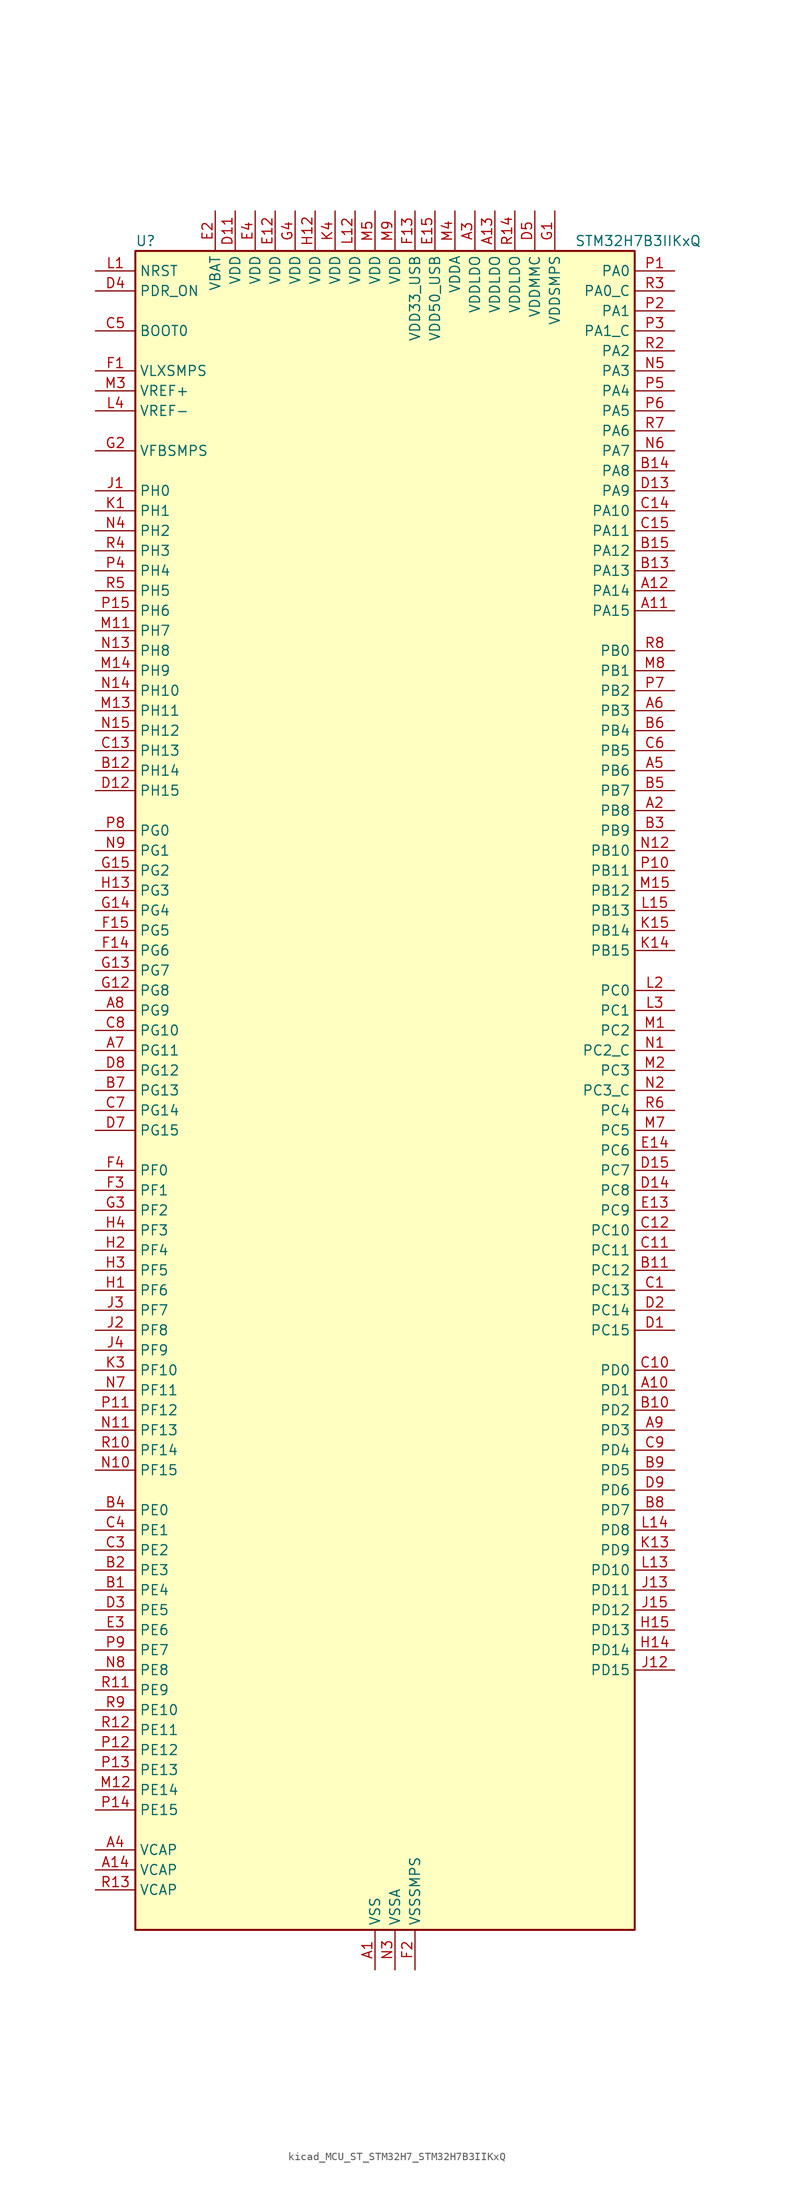
<source format=kicad_sym>
(kicad_symbol_lib
  (version 20220914)
  (generator kicad_symbol_editor)
  (symbol "kicad_MCU_ST_STM32H7_STM32H7B3IIKxQ"
    (property "Reference" "U"
      (at -30.48 107.95 0)
      (effects (font (size 1.27 1.27)) (justify left)))
    (property "Value" "STM32H7B3IIKxQ"
      (at 25.4 107.95 0)
      (effects (font (size 1.27 1.27)) (justify left)))
    (property "ki_locked" ""
      (at 0 0 0)
      (effects (font (size 1.27 1.27))))
    (symbol "kicad_MCU_ST_STM32H7_STM32H7B3IIKxQ_0_1"
      (rectangle (start -30.48 -106.68) (end 33.02 106.68) (stroke (width 0.254) (type default)) (fill (type background))))
    (symbol "kicad_MCU_ST_STM32H7_STM32H7B3IIKxQ_1_1"
      (pin power_in line (at 0 -111.76 90) (length 5.08) (name "VSS" (effects (font (size 1.27 1.27)))) (number "A1" (effects (font (size 1.27 1.27)))))
      (pin bidirectional line (at 38.1 -38.1 180) (length 5.08) (name "PD1" (effects (font (size 1.27 1.27)))) (number "A10" (effects (font (size 1.27 1.27)))) (alternate "DFSDM1_DATIN6" bidirectional line) (alternate "FDCAN1_TX" bidirectional line) (alternate "FMC_D3" bidirectional line) (alternate "FMC_DA3" bidirectional line) (alternate "UART4_TX" bidirectional line))
      (pin bidirectional line (at 38.1 60.96 180) (length 5.08) (name "PA15" (effects (font (size 1.27 1.27)))) (number "A11" (effects (font (size 1.27 1.27)))) (alternate "ADC1_EXTI15" bidirectional line) (alternate "ADC2_EXTI15" bidirectional line) (alternate "CEC" bidirectional line) (alternate "DEBUG_JTDI" bidirectional line) (alternate "I2S1_WS" bidirectional line) (alternate "I2S3_WS" bidirectional line) (alternate "I2S6_WS" bidirectional line) (alternate "LTDC_B6" bidirectional line) (alternate "LTDC_R3" bidirectional line) (alternate "SPI1_NSS" bidirectional line) (alternate "SPI3_NSS" bidirectional line) (alternate "SPI6_NSS" bidirectional line) (alternate "TIM2_CH1" bidirectional line) (alternate "TIM2_ETR" bidirectional line) (alternate "UART4_DE" bidirectional line) (alternate "UART4_RTS" bidirectional line) (alternate "UART7_TX" bidirectional line))
      (pin bidirectional line (at 38.1 63.5 180) (length 5.08) (name "PA14" (effects (font (size 1.27 1.27)))) (number "A12" (effects (font (size 1.27 1.27)))) (alternate "DEBUG_JTCK-SWCLK" bidirectional line))
      (pin power_in line (at 15.24 111.76 270) (length 5.08) (name "VDDLDO" (effects (font (size 1.27 1.27)))) (number "A13" (effects (font (size 1.27 1.27)))))
      (pin power_out line (at -35.56 -99.06 0) (length 5.08) (name "VCAP" (effects (font (size 1.27 1.27)))) (number "A14" (effects (font (size 1.27 1.27)))))
      (pin passive line (at 0 -111.76 90) (length 5.08) hide (name "VSS" (effects (font (size 1.27 1.27)))) (number "A15" (effects (font (size 1.27 1.27)))))
      (pin bidirectional line (at 38.1 35.56 180) (length 5.08) (name "PB8" (effects (font (size 1.27 1.27)))) (number "A2" (effects (font (size 1.27 1.27)))) (alternate "DCMI_D6" bidirectional line) (alternate "DFSDM1_CKIN7" bidirectional line) (alternate "FDCAN1_RX" bidirectional line) (alternate "I2C1_SCL" bidirectional line) (alternate "I2C4_SCL" bidirectional line) (alternate "LTDC_B6" bidirectional line) (alternate "PSSI_D6" bidirectional line) (alternate "SDMMC1_CKIN" bidirectional line) (alternate "SDMMC1_D4" bidirectional line) (alternate "SDMMC2_D4" bidirectional line) (alternate "TIM16_CH1" bidirectional line) (alternate "TIM4_CH3" bidirectional line) (alternate "UART4_RX" bidirectional line))
      (pin power_in line (at 12.7 111.76 270) (length 5.08) (name "VDDLDO" (effects (font (size 1.27 1.27)))) (number "A3" (effects (font (size 1.27 1.27)))))
      (pin power_out line (at -35.56 -96.52 0) (length 5.08) (name "VCAP" (effects (font (size 1.27 1.27)))) (number "A4" (effects (font (size 1.27 1.27)))))
      (pin bidirectional line (at 38.1 40.64 180) (length 5.08) (name "PB6" (effects (font (size 1.27 1.27)))) (number "A5" (effects (font (size 1.27 1.27)))) (alternate "CEC" bidirectional line) (alternate "DCMI_D5" bidirectional line) (alternate "DFSDM1_DATIN5" bidirectional line) (alternate "FDCAN2_TX" bidirectional line) (alternate "FMC_SDNE1" bidirectional line) (alternate "I2C1_SCL" bidirectional line) (alternate "I2C4_SCL" bidirectional line) (alternate "LPUART1_TX" bidirectional line) (alternate "OCTOSPIM_P1_NCS" bidirectional line) (alternate "PSSI_D5" bidirectional line) (alternate "TIM16_CH1N" bidirectional line) (alternate "TIM4_CH1" bidirectional line) (alternate "UART5_TX" bidirectional line) (alternate "USART1_TX" bidirectional line))
      (pin bidirectional line (at 38.1 48.26 180) (length 5.08) (name "PB3" (effects (font (size 1.27 1.27)))) (number "A6" (effects (font (size 1.27 1.27)))) (alternate "CRS_SYNC" bidirectional line) (alternate "DEBUG_JTDO-SWO" bidirectional line) (alternate "I2S1_CK" bidirectional line) (alternate "I2S3_CK" bidirectional line) (alternate "I2S6_CK" bidirectional line) (alternate "SDMMC2_D2" bidirectional line) (alternate "SPI1_SCK" bidirectional line) (alternate "SPI3_SCK" bidirectional line) (alternate "SPI6_SCK" bidirectional line) (alternate "TIM2_CH2" bidirectional line) (alternate "UART7_RX" bidirectional line))
      (pin bidirectional line (at -35.56 5.08 0) (length 5.08) (name "PG11" (effects (font (size 1.27 1.27)))) (number "A7" (effects (font (size 1.27 1.27)))) (alternate "ADC1_EXTI11" bidirectional line) (alternate "ADC2_EXTI11" bidirectional line) (alternate "DCMI_D3" bidirectional line) (alternate "I2S1_CK" bidirectional line) (alternate "LPTIM1_IN2" bidirectional line) (alternate "LTDC_B3" bidirectional line) (alternate "OCTOSPIM_P2_IO7" bidirectional line) (alternate "PSSI_D3" bidirectional line) (alternate "SDMMC2_D2" bidirectional line) (alternate "SPDIFRX_IN0" bidirectional line) (alternate "SPI1_SCK" bidirectional line) (alternate "USART10_RX" bidirectional line))
      (pin bidirectional line (at -35.56 10.16 0) (length 5.08) (name "PG9" (effects (font (size 1.27 1.27)))) (number "A8" (effects (font (size 1.27 1.27)))) (alternate "DAC1_EXTI9" bidirectional line) (alternate "DCMI_VSYNC" bidirectional line) (alternate "FMC_NCE" bidirectional line) (alternate "FMC_NE2" bidirectional line) (alternate "I2S1_SDI" bidirectional line) (alternate "OCTOSPIM_P1_IO6" bidirectional line) (alternate "PSSI_RDY" bidirectional line) (alternate "SAI2_FS_B" bidirectional line) (alternate "SDMMC2_D0" bidirectional line) (alternate "SPDIFRX_IN3" bidirectional line) (alternate "SPI1_MISO" bidirectional line) (alternate "USART6_RX" bidirectional line))
      (pin bidirectional line (at 38.1 -43.18 180) (length 5.08) (name "PD3" (effects (font (size 1.27 1.27)))) (number "A9" (effects (font (size 1.27 1.27)))) (alternate "DCMI_D5" bidirectional line) (alternate "DFSDM1_CKOUT" bidirectional line) (alternate "FMC_CLK" bidirectional line) (alternate "I2S2_CK" bidirectional line) (alternate "LTDC_G7" bidirectional line) (alternate "PSSI_D5" bidirectional line) (alternate "SPI2_SCK" bidirectional line) (alternate "USART2_CTS" bidirectional line) (alternate "USART2_NSS" bidirectional line))
      (pin bidirectional line (at -35.56 -63.5 0) (length 5.08) (name "PE4" (effects (font (size 1.27 1.27)))) (number "B1" (effects (font (size 1.27 1.27)))) (alternate "DCMI_D4" bidirectional line) (alternate "DEBUG_TRACED1" bidirectional line) (alternate "DFSDM1_DATIN3" bidirectional line) (alternate "FMC_A20" bidirectional line) (alternate "LTDC_B0" bidirectional line) (alternate "PSSI_D4" bidirectional line) (alternate "SAI1_D2" bidirectional line) (alternate "SAI1_FS_A" bidirectional line) (alternate "SPI4_NSS" bidirectional line) (alternate "TIM15_CH1N" bidirectional line))
      (pin bidirectional line (at 38.1 -40.64 180) (length 5.08) (name "PD2" (effects (font (size 1.27 1.27)))) (number "B10" (effects (font (size 1.27 1.27)))) (alternate "DCMI_D11" bidirectional line) (alternate "DEBUG_TRACED2" bidirectional line) (alternate "LTDC_B2" bidirectional line) (alternate "LTDC_B7" bidirectional line) (alternate "PSSI_D11" bidirectional line) (alternate "SDMMC1_CMD" bidirectional line) (alternate "TIM15_BKIN" bidirectional line) (alternate "TIM3_ETR" bidirectional line) (alternate "UART5_RX" bidirectional line))
      (pin bidirectional line (at 38.1 -22.86 180) (length 5.08) (name "PC12" (effects (font (size 1.27 1.27)))) (number "B11" (effects (font (size 1.27 1.27)))) (alternate "DCMI_D9" bidirectional line) (alternate "DEBUG_TRACED3" bidirectional line) (alternate "DFSDM2_CKOUT" bidirectional line) (alternate "I2S3_SDO" bidirectional line) (alternate "I2S6_CK" bidirectional line) (alternate "LTDC_R6" bidirectional line) (alternate "PSSI_D9" bidirectional line) (alternate "SDMMC1_CK" bidirectional line) (alternate "SPI3_MOSI" bidirectional line) (alternate "SPI6_SCK" bidirectional line) (alternate "TIM15_CH1" bidirectional line) (alternate "UART5_TX" bidirectional line) (alternate "USART3_CK" bidirectional line))
      (pin bidirectional line (at -35.56 40.64 0) (length 5.08) (name "PH14" (effects (font (size 1.27 1.27)))) (number "B12" (effects (font (size 1.27 1.27)))) (alternate "DCMI_D4" bidirectional line) (alternate "FDCAN1_RX" bidirectional line) (alternate "FMC_D22" bidirectional line) (alternate "LTDC_G3" bidirectional line) (alternate "PSSI_D4" bidirectional line) (alternate "TIM8_CH2N" bidirectional line) (alternate "UART4_RX" bidirectional line))
      (pin bidirectional line (at 38.1 66.04 180) (length 5.08) (name "PA13" (effects (font (size 1.27 1.27)))) (number "B13" (effects (font (size 1.27 1.27)))) (alternate "DEBUG_JTMS-SWDIO" bidirectional line))
      (pin bidirectional line (at 38.1 78.74 180) (length 5.08) (name "PA8" (effects (font (size 1.27 1.27)))) (number "B14" (effects (font (size 1.27 1.27)))) (alternate "I2C3_SCL" bidirectional line) (alternate "LTDC_B3" bidirectional line) (alternate "LTDC_R6" bidirectional line) (alternate "RCC_MCO_1" bidirectional line) (alternate "TIM1_CH1" bidirectional line) (alternate "TIM8_BKIN2" bidirectional line) (alternate "TIM8_BKIN2_COMP1" bidirectional line) (alternate "TIM8_BKIN2_COMP2" bidirectional line) (alternate "UART7_RX" bidirectional line) (alternate "USART1_CK" bidirectional line) (alternate "USB_OTG_HS_SOF" bidirectional line))
      (pin bidirectional line (at 38.1 68.58 180) (length 5.08) (name "PA12" (effects (font (size 1.27 1.27)))) (number "B15" (effects (font (size 1.27 1.27)))) (alternate "FDCAN1_TX" bidirectional line) (alternate "I2S2_CK" bidirectional line) (alternate "LPUART1_DE" bidirectional line) (alternate "LPUART1_RTS" bidirectional line) (alternate "LTDC_R5" bidirectional line) (alternate "SAI2_FS_B" bidirectional line) (alternate "SPI2_SCK" bidirectional line) (alternate "TIM1_ETR" bidirectional line) (alternate "UART4_TX" bidirectional line) (alternate "USART1_DE" bidirectional line) (alternate "USART1_RTS" bidirectional line) (alternate "USB_OTG_HS_DP" bidirectional line))
      (pin bidirectional line (at -35.56 -60.96 0) (length 5.08) (name "PE3" (effects (font (size 1.27 1.27)))) (number "B2" (effects (font (size 1.27 1.27)))) (alternate "DEBUG_TRACED0" bidirectional line) (alternate "FMC_A19" bidirectional line) (alternate "SAI1_SD_B" bidirectional line) (alternate "TIM15_BKIN" bidirectional line) (alternate "USART10_TX" bidirectional line))
      (pin bidirectional line (at 38.1 33.02 180) (length 5.08) (name "PB9" (effects (font (size 1.27 1.27)))) (number "B3" (effects (font (size 1.27 1.27)))) (alternate "DAC1_EXTI9" bidirectional line) (alternate "DCMI_D7" bidirectional line) (alternate "DFSDM1_DATIN7" bidirectional line) (alternate "FDCAN1_TX" bidirectional line) (alternate "I2C1_SDA" bidirectional line) (alternate "I2C4_SDA" bidirectional line) (alternate "I2C4_SMBA" bidirectional line) (alternate "I2S2_WS" bidirectional line) (alternate "LTDC_B7" bidirectional line) (alternate "PSSI_D7" bidirectional line) (alternate "SDMMC1_CDIR" bidirectional line) (alternate "SDMMC1_D5" bidirectional line) (alternate "SDMMC2_D5" bidirectional line) (alternate "SPI2_NSS" bidirectional line) (alternate "TIM17_CH1" bidirectional line) (alternate "TIM4_CH4" bidirectional line) (alternate "UART4_TX" bidirectional line))
      (pin bidirectional line (at -35.56 -53.34 0) (length 5.08) (name "PE0" (effects (font (size 1.27 1.27)))) (number "B4" (effects (font (size 1.27 1.27)))) (alternate "DCMI_D2" bidirectional line) (alternate "FMC_NBL0" bidirectional line) (alternate "LPTIM1_ETR" bidirectional line) (alternate "LPTIM2_ETR" bidirectional line) (alternate "LTDC_R0" bidirectional line) (alternate "PSSI_D2" bidirectional line) (alternate "SAI2_MCLK_A" bidirectional line) (alternate "TIM4_ETR" bidirectional line) (alternate "UART8_RX" bidirectional line))
      (pin bidirectional line (at 38.1 38.1 180) (length 5.08) (name "PB7" (effects (font (size 1.27 1.27)))) (number "B5" (effects (font (size 1.27 1.27)))) (alternate "DCMI_VSYNC" bidirectional line) (alternate "DFSDM1_CKIN5" bidirectional line) (alternate "FMC_NL" bidirectional line) (alternate "I2C1_SDA" bidirectional line) (alternate "I2C4_SDA" bidirectional line) (alternate "LPUART1_RX" bidirectional line) (alternate "PSSI_RDY" bidirectional line) (alternate "PWR_PVD_IN" bidirectional line) (alternate "TIM17_CH1N" bidirectional line) (alternate "TIM4_CH2" bidirectional line) (alternate "USART1_RX" bidirectional line))
      (pin bidirectional line (at 38.1 45.72 180) (length 5.08) (name "PB4" (effects (font (size 1.27 1.27)))) (number "B6" (effects (font (size 1.27 1.27)))) (alternate "DEBUG_JTRST" bidirectional line) (alternate "I2S1_SDI" bidirectional line) (alternate "I2S2_WS" bidirectional line) (alternate "I2S3_SDI" bidirectional line) (alternate "I2S6_SDI" bidirectional line) (alternate "SDMMC2_D3" bidirectional line) (alternate "SPI1_MISO" bidirectional line) (alternate "SPI2_NSS" bidirectional line) (alternate "SPI3_MISO" bidirectional line) (alternate "SPI6_MISO" bidirectional line) (alternate "TIM16_BKIN" bidirectional line) (alternate "TIM3_CH1" bidirectional line) (alternate "UART7_TX" bidirectional line))
      (pin bidirectional line (at -35.56 0 0) (length 5.08) (name "PG13" (effects (font (size 1.27 1.27)))) (number "B7" (effects (font (size 1.27 1.27)))) (alternate "DEBUG_TRACED0" bidirectional line) (alternate "FMC_A24" bidirectional line) (alternate "I2S6_CK" bidirectional line) (alternate "LPTIM1_OUT" bidirectional line) (alternate "LTDC_R0" bidirectional line) (alternate "SDMMC2_D6" bidirectional line) (alternate "SPI6_SCK" bidirectional line) (alternate "USART10_CTS" bidirectional line) (alternate "USART10_NSS" bidirectional line) (alternate "USART6_CTS" bidirectional line) (alternate "USART6_NSS" bidirectional line))
      (pin bidirectional line (at 38.1 -53.34 180) (length 5.08) (name "PD7" (effects (font (size 1.27 1.27)))) (number "B8" (effects (font (size 1.27 1.27)))) (alternate "DFSDM1_CKIN1" bidirectional line) (alternate "DFSDM1_DATIN4" bidirectional line) (alternate "FMC_NE1" bidirectional line) (alternate "I2S1_SDO" bidirectional line) (alternate "OCTOSPIM_P1_IO7" bidirectional line) (alternate "SDMMC2_CMD" bidirectional line) (alternate "SPDIFRX_IN0" bidirectional line) (alternate "SPI1_MOSI" bidirectional line) (alternate "USART2_CK" bidirectional line))
      (pin bidirectional line (at 38.1 -48.26 180) (length 5.08) (name "PD5" (effects (font (size 1.27 1.27)))) (number "B9" (effects (font (size 1.27 1.27)))) (alternate "FMC_NWE" bidirectional line) (alternate "OCTOSPIM_P1_IO5" bidirectional line) (alternate "USART2_TX" bidirectional line))
      (pin bidirectional line (at 38.1 -25.4 180) (length 5.08) (name "PC13" (effects (font (size 1.27 1.27)))) (number "C1" (effects (font (size 1.27 1.27)))) (alternate "PWR_WKUP4" bidirectional line) (alternate "RTC_OUT_ALARM" bidirectional line) (alternate "RTC_OUT_CALIB" bidirectional line) (alternate "RTC_TAMP1" bidirectional line) (alternate "RTC_TS" bidirectional line))
      (pin bidirectional line (at 38.1 -35.56 180) (length 5.08) (name "PD0" (effects (font (size 1.27 1.27)))) (number "C10" (effects (font (size 1.27 1.27)))) (alternate "DFSDM1_CKIN6" bidirectional line) (alternate "FDCAN1_RX" bidirectional line) (alternate "FMC_D2" bidirectional line) (alternate "FMC_DA2" bidirectional line) (alternate "LTDC_B1" bidirectional line) (alternate "UART4_RX" bidirectional line) (alternate "UART9_CTS" bidirectional line))
      (pin bidirectional line (at 38.1 -20.32 180) (length 5.08) (name "PC11" (effects (font (size 1.27 1.27)))) (number "C11" (effects (font (size 1.27 1.27)))) (alternate "ADC1_EXTI11" bidirectional line) (alternate "ADC2_EXTI11" bidirectional line) (alternate "DCMI_D4" bidirectional line) (alternate "DFSDM1_DATIN5" bidirectional line) (alternate "DFSDM2_DATIN0" bidirectional line) (alternate "I2S3_SDI" bidirectional line) (alternate "LTDC_B4" bidirectional line) (alternate "OCTOSPIM_P1_NCS" bidirectional line) (alternate "PSSI_D4" bidirectional line) (alternate "SDMMC1_D3" bidirectional line) (alternate "SPI3_MISO" bidirectional line) (alternate "UART4_RX" bidirectional line) (alternate "USART3_RX" bidirectional line))
      (pin bidirectional line (at 38.1 -17.78 180) (length 5.08) (name "PC10" (effects (font (size 1.27 1.27)))) (number "C12" (effects (font (size 1.27 1.27)))) (alternate "DCMI_D8" bidirectional line) (alternate "DFSDM1_CKIN5" bidirectional line) (alternate "DFSDM2_CKIN0" bidirectional line) (alternate "I2S3_CK" bidirectional line) (alternate "LTDC_B1" bidirectional line) (alternate "LTDC_R2" bidirectional line) (alternate "OCTOSPIM_P1_IO1" bidirectional line) (alternate "PSSI_D8" bidirectional line) (alternate "SDMMC1_D2" bidirectional line) (alternate "SPI3_SCK" bidirectional line) (alternate "SWPMI1_RX" bidirectional line) (alternate "UART4_TX" bidirectional line) (alternate "USART3_TX" bidirectional line))
      (pin bidirectional line (at -35.56 43.18 0) (length 5.08) (name "PH13" (effects (font (size 1.27 1.27)))) (number "C13" (effects (font (size 1.27 1.27)))) (alternate "FDCAN1_TX" bidirectional line) (alternate "FMC_D21" bidirectional line) (alternate "LTDC_G2" bidirectional line) (alternate "TIM8_CH1N" bidirectional line) (alternate "UART4_TX" bidirectional line))
      (pin bidirectional line (at 38.1 73.66 180) (length 5.08) (name "PA10" (effects (font (size 1.27 1.27)))) (number "C14" (effects (font (size 1.27 1.27)))) (alternate "DCMI_D1" bidirectional line) (alternate "LPUART1_RX" bidirectional line) (alternate "LTDC_B1" bidirectional line) (alternate "LTDC_B4" bidirectional line) (alternate "MDIOS_MDIO" bidirectional line) (alternate "PSSI_D1" bidirectional line) (alternate "TIM1_CH3" bidirectional line) (alternate "USART1_RX" bidirectional line) (alternate "USB_OTG_HS_ID" bidirectional line))
      (pin bidirectional line (at 38.1 71.12 180) (length 5.08) (name "PA11" (effects (font (size 1.27 1.27)))) (number "C15" (effects (font (size 1.27 1.27)))) (alternate "ADC1_EXTI11" bidirectional line) (alternate "ADC2_EXTI11" bidirectional line) (alternate "FDCAN1_RX" bidirectional line) (alternate "I2S2_WS" bidirectional line) (alternate "LPUART1_CTS" bidirectional line) (alternate "LTDC_R4" bidirectional line) (alternate "SPI2_NSS" bidirectional line) (alternate "TIM1_CH4" bidirectional line) (alternate "UART4_RX" bidirectional line) (alternate "USART1_CTS" bidirectional line) (alternate "USART1_NSS" bidirectional line) (alternate "USB_OTG_HS_DM" bidirectional line))
      (pin passive line (at 0 -111.76 90) (length 5.08) hide (name "VSS" (effects (font (size 1.27 1.27)))) (number "C2" (effects (font (size 1.27 1.27)))))
      (pin bidirectional line (at -35.56 -58.42 0) (length 5.08) (name "PE2" (effects (font (size 1.27 1.27)))) (number "C3" (effects (font (size 1.27 1.27)))) (alternate "DEBUG_TRACECLK" bidirectional line) (alternate "FMC_A23" bidirectional line) (alternate "OCTOSPIM_P1_IO2" bidirectional line) (alternate "SAI1_CK1" bidirectional line) (alternate "SAI1_MCLK_A" bidirectional line) (alternate "SPI4_SCK" bidirectional line) (alternate "USART10_RX" bidirectional line))
      (pin bidirectional line (at -35.56 -55.88 0) (length 5.08) (name "PE1" (effects (font (size 1.27 1.27)))) (number "C4" (effects (font (size 1.27 1.27)))) (alternate "DCMI_D3" bidirectional line) (alternate "FMC_NBL1" bidirectional line) (alternate "LPTIM1_IN2" bidirectional line) (alternate "LTDC_R6" bidirectional line) (alternate "PSSI_D3" bidirectional line) (alternate "UART8_TX" bidirectional line))
      (pin input line (at -35.56 96.52 0) (length 5.08) (name "BOOT0" (effects (font (size 1.27 1.27)))) (number "C5" (effects (font (size 1.27 1.27)))))
      (pin bidirectional line (at 38.1 43.18 180) (length 5.08) (name "PB5" (effects (font (size 1.27 1.27)))) (number "C6" (effects (font (size 1.27 1.27)))) (alternate "DCMI_D10" bidirectional line) (alternate "FDCAN2_RX" bidirectional line) (alternate "FMC_SDCKE1" bidirectional line) (alternate "I2C1_SMBA" bidirectional line) (alternate "I2C4_SMBA" bidirectional line) (alternate "I2S1_SDO" bidirectional line) (alternate "I2S3_SDO" bidirectional line) (alternate "I2S6_SDO" bidirectional line) (alternate "LTDC_B5" bidirectional line) (alternate "PSSI_D10" bidirectional line) (alternate "SPI1_MOSI" bidirectional line) (alternate "SPI3_MOSI" bidirectional line) (alternate "SPI6_MOSI" bidirectional line) (alternate "TIM17_BKIN" bidirectional line) (alternate "TIM3_CH2" bidirectional line) (alternate "UART5_RX" bidirectional line) (alternate "USB_OTG_HS_ULPI_D7" bidirectional line))
      (pin bidirectional line (at -35.56 -2.54 0) (length 5.08) (name "PG14" (effects (font (size 1.27 1.27)))) (number "C7" (effects (font (size 1.27 1.27)))) (alternate "DEBUG_TRACED1" bidirectional line) (alternate "FMC_A25" bidirectional line) (alternate "I2S6_SDO" bidirectional line) (alternate "LPTIM1_ETR" bidirectional line) (alternate "LTDC_B0" bidirectional line) (alternate "OCTOSPIM_P1_IO7" bidirectional line) (alternate "SDMMC2_D7" bidirectional line) (alternate "SPI6_MOSI" bidirectional line) (alternate "USART10_DE" bidirectional line) (alternate "USART10_RTS" bidirectional line) (alternate "USART6_TX" bidirectional line))
      (pin bidirectional line (at -35.56 7.62 0) (length 5.08) (name "PG10" (effects (font (size 1.27 1.27)))) (number "C8" (effects (font (size 1.27 1.27)))) (alternate "DCMI_D2" bidirectional line) (alternate "FMC_NE3" bidirectional line) (alternate "I2S1_WS" bidirectional line) (alternate "LTDC_B2" bidirectional line) (alternate "LTDC_G3" bidirectional line) (alternate "OCTOSPIM_P2_IO6" bidirectional line) (alternate "PSSI_D2" bidirectional line) (alternate "SAI2_SD_B" bidirectional line) (alternate "SDMMC2_D1" bidirectional line) (alternate "SPI1_NSS" bidirectional line))
      (pin bidirectional line (at 38.1 -45.72 180) (length 5.08) (name "PD4" (effects (font (size 1.27 1.27)))) (number "C9" (effects (font (size 1.27 1.27)))) (alternate "FMC_NOE" bidirectional line) (alternate "OCTOSPIM_P1_IO4" bidirectional line) (alternate "USART2_DE" bidirectional line) (alternate "USART2_RTS" bidirectional line))
      (pin bidirectional line (at 38.1 -30.48 180) (length 5.08) (name "PC15" (effects (font (size 1.27 1.27)))) (number "D1" (effects (font (size 1.27 1.27)))) (alternate "ADC1_EXTI15" bidirectional line) (alternate "ADC2_EXTI15" bidirectional line) (alternate "RCC_OSC32_OUT" bidirectional line))
      (pin passive line (at 0 -111.76 90) (length 5.08) hide (name "VSS" (effects (font (size 1.27 1.27)))) (number "D10" (effects (font (size 1.27 1.27)))))
      (pin power_in line (at -17.78 111.76 270) (length 5.08) (name "VDD" (effects (font (size 1.27 1.27)))) (number "D11" (effects (font (size 1.27 1.27)))))
      (pin bidirectional line (at -35.56 38.1 0) (length 5.08) (name "PH15" (effects (font (size 1.27 1.27)))) (number "D12" (effects (font (size 1.27 1.27)))) (alternate "ADC1_EXTI15" bidirectional line) (alternate "ADC2_EXTI15" bidirectional line) (alternate "DCMI_D11" bidirectional line) (alternate "FMC_D23" bidirectional line) (alternate "LTDC_G4" bidirectional line) (alternate "PSSI_D11" bidirectional line) (alternate "TIM8_CH3N" bidirectional line))
      (pin bidirectional line (at 38.1 76.2 180) (length 5.08) (name "PA9" (effects (font (size 1.27 1.27)))) (number "D13" (effects (font (size 1.27 1.27)))) (alternate "DAC1_EXTI9" bidirectional line) (alternate "DCMI_D0" bidirectional line) (alternate "I2C3_SMBA" bidirectional line) (alternate "I2S2_CK" bidirectional line) (alternate "LPUART1_TX" bidirectional line) (alternate "LTDC_R5" bidirectional line) (alternate "PSSI_D0" bidirectional line) (alternate "SPI2_SCK" bidirectional line) (alternate "TIM1_CH2" bidirectional line) (alternate "USART1_TX" bidirectional line) (alternate "USB_OTG_HS_VBUS" bidirectional line))
      (pin bidirectional line (at 38.1 -12.7 180) (length 5.08) (name "PC8" (effects (font (size 1.27 1.27)))) (number "D14" (effects (font (size 1.27 1.27)))) (alternate "DCMI_D2" bidirectional line) (alternate "DEBUG_TRACED1" bidirectional line) (alternate "FMC_INT" bidirectional line) (alternate "FMC_NCE" bidirectional line) (alternate "FMC_NE2" bidirectional line) (alternate "PSSI_D2" bidirectional line) (alternate "SDMMC1_D0" bidirectional line) (alternate "SWPMI1_RX" bidirectional line) (alternate "TIM3_CH3" bidirectional line) (alternate "TIM8_CH3" bidirectional line) (alternate "UART5_DE" bidirectional line) (alternate "UART5_RTS" bidirectional line) (alternate "USART6_CK" bidirectional line))
      (pin bidirectional line (at 38.1 -10.16 180) (length 5.08) (name "PC7" (effects (font (size 1.27 1.27)))) (number "D15" (effects (font (size 1.27 1.27)))) (alternate "DCMI_D1" bidirectional line) (alternate "DEBUG_TRGIO" bidirectional line) (alternate "DFSDM1_DATIN3" bidirectional line) (alternate "FMC_NE1" bidirectional line) (alternate "I2S3_MCK" bidirectional line) (alternate "LTDC_G6" bidirectional line) (alternate "PSSI_D1" bidirectional line) (alternate "SDMMC1_D123DIR" bidirectional line) (alternate "SDMMC1_D7" bidirectional line) (alternate "SDMMC2_D7" bidirectional line) (alternate "SWPMI1_TX" bidirectional line) (alternate "TIM3_CH2" bidirectional line) (alternate "TIM8_CH2" bidirectional line) (alternate "USART6_RX" bidirectional line))
      (pin bidirectional line (at 38.1 -27.94 180) (length 5.08) (name "PC14" (effects (font (size 1.27 1.27)))) (number "D2" (effects (font (size 1.27 1.27)))) (alternate "RCC_OSC32_IN" bidirectional line))
      (pin bidirectional line (at -35.56 -66.04 0) (length 5.08) (name "PE5" (effects (font (size 1.27 1.27)))) (number "D3" (effects (font (size 1.27 1.27)))) (alternate "DCMI_D6" bidirectional line) (alternate "DEBUG_TRACED2" bidirectional line) (alternate "DFSDM1_CKIN3" bidirectional line) (alternate "FMC_A21" bidirectional line) (alternate "LTDC_G0" bidirectional line) (alternate "PSSI_D6" bidirectional line) (alternate "SAI1_CK2" bidirectional line) (alternate "SAI1_SCK_A" bidirectional line) (alternate "SPI4_MISO" bidirectional line) (alternate "TIM15_CH1" bidirectional line))
      (pin input line (at -35.56 101.6 0) (length 5.08) (name "PDR_ON" (effects (font (size 1.27 1.27)))) (number "D4" (effects (font (size 1.27 1.27)))))
      (pin power_in line (at 20.32 111.76 270) (length 5.08) (name "VDDMMC" (effects (font (size 1.27 1.27)))) (number "D5" (effects (font (size 1.27 1.27)))))
      (pin passive line (at 0 -111.76 90) (length 5.08) hide (name "VSS" (effects (font (size 1.27 1.27)))) (number "D6" (effects (font (size 1.27 1.27)))))
      (pin bidirectional line (at -35.56 -5.08 0) (length 5.08) (name "PG15" (effects (font (size 1.27 1.27)))) (number "D7" (effects (font (size 1.27 1.27)))) (alternate "ADC1_EXTI15" bidirectional line) (alternate "ADC2_EXTI15" bidirectional line) (alternate "DCMI_D13" bidirectional line) (alternate "FMC_SDNCAS" bidirectional line) (alternate "OCTOSPIM_P2_DQS" bidirectional line) (alternate "PSSI_D13" bidirectional line) (alternate "USART10_CK" bidirectional line) (alternate "USART6_CTS" bidirectional line) (alternate "USART6_NSS" bidirectional line))
      (pin bidirectional line (at -35.56 2.54 0) (length 5.08) (name "PG12" (effects (font (size 1.27 1.27)))) (number "D8" (effects (font (size 1.27 1.27)))) (alternate "FMC_NE4" bidirectional line) (alternate "I2S6_SDI" bidirectional line) (alternate "LPTIM1_IN1" bidirectional line) (alternate "LTDC_B1" bidirectional line) (alternate "LTDC_B4" bidirectional line) (alternate "OCTOSPIM_P2_NCS" bidirectional line) (alternate "SDMMC2_D3" bidirectional line) (alternate "SPDIFRX_IN1" bidirectional line) (alternate "SPI6_MISO" bidirectional line) (alternate "USART10_TX" bidirectional line) (alternate "USART6_DE" bidirectional line) (alternate "USART6_RTS" bidirectional line))
      (pin bidirectional line (at 38.1 -50.8 180) (length 5.08) (name "PD6" (effects (font (size 1.27 1.27)))) (number "D9" (effects (font (size 1.27 1.27)))) (alternate "DCMI_D10" bidirectional line) (alternate "DFSDM1_CKIN4" bidirectional line) (alternate "DFSDM1_DATIN1" bidirectional line) (alternate "FMC_NWAIT" bidirectional line) (alternate "I2S3_SDO" bidirectional line) (alternate "LTDC_B2" bidirectional line) (alternate "OCTOSPIM_P1_IO6" bidirectional line) (alternate "PSSI_D10" bidirectional line) (alternate "SAI1_D1" bidirectional line) (alternate "SAI1_SD_A" bidirectional line) (alternate "SDMMC2_CK" bidirectional line) (alternate "SPI3_MOSI" bidirectional line) (alternate "USART2_RX" bidirectional line))
      (pin passive line (at 0 -111.76 90) (length 5.08) hide (name "VSS" (effects (font (size 1.27 1.27)))) (number "E1" (effects (font (size 1.27 1.27)))))
      (pin power_in line (at -12.7 111.76 270) (length 5.08) (name "VDD" (effects (font (size 1.27 1.27)))) (number "E12" (effects (font (size 1.27 1.27)))))
      (pin bidirectional line (at 38.1 -15.24 180) (length 5.08) (name "PC9" (effects (font (size 1.27 1.27)))) (number "E13" (effects (font (size 1.27 1.27)))) (alternate "DAC1_EXTI9" bidirectional line) (alternate "DCMI_D3" bidirectional line) (alternate "I2C3_SDA" bidirectional line) (alternate "I2S_CKIN" bidirectional line) (alternate "LTDC_B2" bidirectional line) (alternate "LTDC_G3" bidirectional line) (alternate "OCTOSPIM_P1_IO0" bidirectional line) (alternate "PSSI_D3" bidirectional line) (alternate "RCC_MCO_2" bidirectional line) (alternate "SDMMC1_D1" bidirectional line) (alternate "SWPMI1_SUSPEND" bidirectional line) (alternate "TIM3_CH4" bidirectional line) (alternate "TIM8_CH4" bidirectional line) (alternate "UART5_CTS" bidirectional line))
      (pin bidirectional line (at 38.1 -7.62 180) (length 5.08) (name "PC6" (effects (font (size 1.27 1.27)))) (number "E14" (effects (font (size 1.27 1.27)))) (alternate "DCMI_D0" bidirectional line) (alternate "DFSDM1_CKIN3" bidirectional line) (alternate "FMC_NWAIT" bidirectional line) (alternate "I2S2_MCK" bidirectional line) (alternate "LTDC_HSYNC" bidirectional line) (alternate "PSSI_D0" bidirectional line) (alternate "SDMMC1_D0DIR" bidirectional line) (alternate "SDMMC1_D6" bidirectional line) (alternate "SDMMC2_D6" bidirectional line) (alternate "SWPMI1_IO" bidirectional line) (alternate "TIM3_CH1" bidirectional line) (alternate "TIM8_CH1" bidirectional line) (alternate "USART6_TX" bidirectional line))
      (pin power_in line (at 7.62 111.76 270) (length 5.08) (name "VDD50_USB" (effects (font (size 1.27 1.27)))) (number "E15" (effects (font (size 1.27 1.27)))))
      (pin power_in line (at -20.32 111.76 270) (length 5.08) (name "VBAT" (effects (font (size 1.27 1.27)))) (number "E2" (effects (font (size 1.27 1.27)))))
      (pin bidirectional line (at -35.56 -68.58 0) (length 5.08) (name "PE6" (effects (font (size 1.27 1.27)))) (number "E3" (effects (font (size 1.27 1.27)))) (alternate "DCMI_D7" bidirectional line) (alternate "DEBUG_TRACED3" bidirectional line) (alternate "FMC_A22" bidirectional line) (alternate "LTDC_G1" bidirectional line) (alternate "PSSI_D7" bidirectional line) (alternate "SAI1_D1" bidirectional line) (alternate "SAI1_SD_A" bidirectional line) (alternate "SAI2_MCLK_B" bidirectional line) (alternate "SPI4_MOSI" bidirectional line) (alternate "TIM15_CH2" bidirectional line) (alternate "TIM1_BKIN2" bidirectional line) (alternate "TIM1_BKIN2_COMP1" bidirectional line) (alternate "TIM1_BKIN2_COMP2" bidirectional line))
      (pin power_in line (at -15.24 111.76 270) (length 5.08) (name "VDD" (effects (font (size 1.27 1.27)))) (number "E4" (effects (font (size 1.27 1.27)))))
      (pin power_in line (at -35.56 91.44 0) (length 5.08) (name "VLXSMPS" (effects (font (size 1.27 1.27)))) (number "F1" (effects (font (size 1.27 1.27)))))
      (pin passive line (at 0 -111.76 90) (length 5.08) hide (name "VSS" (effects (font (size 1.27 1.27)))) (number "F10" (effects (font (size 1.27 1.27)))))
      (pin passive line (at 0 -111.76 90) (length 5.08) hide (name "VSS" (effects (font (size 1.27 1.27)))) (number "F12" (effects (font (size 1.27 1.27)))))
      (pin power_in line (at 5.08 111.76 270) (length 5.08) (name "VDD33_USB" (effects (font (size 1.27 1.27)))) (number "F13" (effects (font (size 1.27 1.27)))))
      (pin bidirectional line (at -35.56 17.78 0) (length 5.08) (name "PG6" (effects (font (size 1.27 1.27)))) (number "F14" (effects (font (size 1.27 1.27)))) (alternate "DCMI_D12" bidirectional line) (alternate "FMC_NE3" bidirectional line) (alternate "LTDC_R7" bidirectional line) (alternate "OCTOSPIM_P1_NCS" bidirectional line) (alternate "PSSI_D12" bidirectional line) (alternate "TIM17_BKIN" bidirectional line))
      (pin bidirectional line (at -35.56 20.32 0) (length 5.08) (name "PG5" (effects (font (size 1.27 1.27)))) (number "F15" (effects (font (size 1.27 1.27)))) (alternate "FMC_A15" bidirectional line) (alternate "FMC_BA1" bidirectional line) (alternate "TIM1_ETR" bidirectional line))
      (pin power_in line (at 5.08 -111.76 90) (length 5.08) (name "VSSSMPS" (effects (font (size 1.27 1.27)))) (number "F2" (effects (font (size 1.27 1.27)))))
      (pin bidirectional line (at -35.56 -12.7 0) (length 5.08) (name "PF1" (effects (font (size 1.27 1.27)))) (number "F3" (effects (font (size 1.27 1.27)))) (alternate "FMC_A1" bidirectional line) (alternate "I2C2_SCL" bidirectional line) (alternate "OCTOSPIM_P2_IO1" bidirectional line))
      (pin bidirectional line (at -35.56 -10.16 0) (length 5.08) (name "PF0" (effects (font (size 1.27 1.27)))) (number "F4" (effects (font (size 1.27 1.27)))) (alternate "FMC_A0" bidirectional line) (alternate "I2C2_SDA" bidirectional line) (alternate "OCTOSPIM_P2_IO0" bidirectional line))
      (pin passive line (at 0 -111.76 90) (length 5.08) hide (name "VSS" (effects (font (size 1.27 1.27)))) (number "F6" (effects (font (size 1.27 1.27)))))
      (pin passive line (at 0 -111.76 90) (length 5.08) hide (name "VSS" (effects (font (size 1.27 1.27)))) (number "F7" (effects (font (size 1.27 1.27)))))
      (pin passive line (at 0 -111.76 90) (length 5.08) hide (name "VSS" (effects (font (size 1.27 1.27)))) (number "F8" (effects (font (size 1.27 1.27)))))
      (pin passive line (at 0 -111.76 90) (length 5.08) hide (name "VSS" (effects (font (size 1.27 1.27)))) (number "F9" (effects (font (size 1.27 1.27)))))
      (pin power_in line (at 22.86 111.76 270) (length 5.08) (name "VDDSMPS" (effects (font (size 1.27 1.27)))) (number "G1" (effects (font (size 1.27 1.27)))))
      (pin passive line (at 0 -111.76 90) (length 5.08) hide (name "VSS" (effects (font (size 1.27 1.27)))) (number "G10" (effects (font (size 1.27 1.27)))))
      (pin bidirectional line (at -35.56 12.7 0) (length 5.08) (name "PG8" (effects (font (size 1.27 1.27)))) (number "G12" (effects (font (size 1.27 1.27)))) (alternate "FMC_SDCLK" bidirectional line) (alternate "I2S6_WS" bidirectional line) (alternate "LTDC_G7" bidirectional line) (alternate "SPDIFRX_IN2" bidirectional line) (alternate "SPI6_NSS" bidirectional line) (alternate "TIM8_ETR" bidirectional line) (alternate "USART6_DE" bidirectional line) (alternate "USART6_RTS" bidirectional line))
      (pin bidirectional line (at -35.56 15.24 0) (length 5.08) (name "PG7" (effects (font (size 1.27 1.27)))) (number "G13" (effects (font (size 1.27 1.27)))) (alternate "DCMI_D13" bidirectional line) (alternate "FMC_INT" bidirectional line) (alternate "LTDC_CLK" bidirectional line) (alternate "OCTOSPIM_P2_DQS" bidirectional line) (alternate "PSSI_D13" bidirectional line) (alternate "SAI1_MCLK_A" bidirectional line) (alternate "USART6_CK" bidirectional line))
      (pin bidirectional line (at -35.56 22.86 0) (length 5.08) (name "PG4" (effects (font (size 1.27 1.27)))) (number "G14" (effects (font (size 1.27 1.27)))) (alternate "FMC_A14" bidirectional line) (alternate "FMC_BA0" bidirectional line) (alternate "TIM1_BKIN2" bidirectional line) (alternate "TIM1_BKIN2_COMP1" bidirectional line) (alternate "TIM1_BKIN2_COMP2" bidirectional line))
      (pin bidirectional line (at -35.56 27.94 0) (length 5.08) (name "PG2" (effects (font (size 1.27 1.27)))) (number "G15" (effects (font (size 1.27 1.27)))) (alternate "FMC_A12" bidirectional line) (alternate "TIM8_BKIN" bidirectional line) (alternate "TIM8_BKIN_COMP1" bidirectional line) (alternate "TIM8_BKIN_COMP2" bidirectional line))
      (pin input line (at -35.56 81.28 0) (length 5.08) (name "VFBSMPS" (effects (font (size 1.27 1.27)))) (number "G2" (effects (font (size 1.27 1.27)))))
      (pin bidirectional line (at -35.56 -15.24 0) (length 5.08) (name "PF2" (effects (font (size 1.27 1.27)))) (number "G3" (effects (font (size 1.27 1.27)))) (alternate "FMC_A2" bidirectional line) (alternate "I2C2_SMBA" bidirectional line) (alternate "OCTOSPIM_P2_IO2" bidirectional line))
      (pin power_in line (at -10.16 111.76 270) (length 5.08) (name "VDD" (effects (font (size 1.27 1.27)))) (number "G4" (effects (font (size 1.27 1.27)))))
      (pin passive line (at 0 -111.76 90) (length 5.08) hide (name "VSS" (effects (font (size 1.27 1.27)))) (number "G6" (effects (font (size 1.27 1.27)))))
      (pin passive line (at 0 -111.76 90) (length 5.08) hide (name "VSS" (effects (font (size 1.27 1.27)))) (number "G7" (effects (font (size 1.27 1.27)))))
      (pin passive line (at 0 -111.76 90) (length 5.08) hide (name "VSS" (effects (font (size 1.27 1.27)))) (number "G8" (effects (font (size 1.27 1.27)))))
      (pin passive line (at 0 -111.76 90) (length 5.08) hide (name "VSS" (effects (font (size 1.27 1.27)))) (number "G9" (effects (font (size 1.27 1.27)))))
      (pin bidirectional line (at -35.56 -25.4 0) (length 5.08) (name "PF6" (effects (font (size 1.27 1.27)))) (number "H1" (effects (font (size 1.27 1.27)))) (alternate "OCTOSPIM_P1_IO3" bidirectional line) (alternate "SAI1_SD_B" bidirectional line) (alternate "SPI5_NSS" bidirectional line) (alternate "TIM16_CH1" bidirectional line) (alternate "UART7_RX" bidirectional line))
      (pin passive line (at 0 -111.76 90) (length 5.08) hide (name "VSS" (effects (font (size 1.27 1.27)))) (number "H10" (effects (font (size 1.27 1.27)))))
      (pin power_in line (at -7.62 111.76 270) (length 5.08) (name "VDD" (effects (font (size 1.27 1.27)))) (number "H12" (effects (font (size 1.27 1.27)))))
      (pin bidirectional line (at -35.56 25.4 0) (length 5.08) (name "PG3" (effects (font (size 1.27 1.27)))) (number "H13" (effects (font (size 1.27 1.27)))) (alternate "FMC_A13" bidirectional line) (alternate "TIM8_BKIN2" bidirectional line) (alternate "TIM8_BKIN2_COMP1" bidirectional line) (alternate "TIM8_BKIN2_COMP2" bidirectional line))
      (pin bidirectional line (at 38.1 -71.12 180) (length 5.08) (name "PD14" (effects (font (size 1.27 1.27)))) (number "H14" (effects (font (size 1.27 1.27)))) (alternate "FMC_D0" bidirectional line) (alternate "FMC_DA0" bidirectional line) (alternate "TIM4_CH3" bidirectional line) (alternate "UART8_CTS" bidirectional line) (alternate "UART9_RX" bidirectional line))
      (pin bidirectional line (at 38.1 -68.58 180) (length 5.08) (name "PD13" (effects (font (size 1.27 1.27)))) (number "H15" (effects (font (size 1.27 1.27)))) (alternate "DCMI_D13" bidirectional line) (alternate "FMC_A18" bidirectional line) (alternate "I2C4_SDA" bidirectional line) (alternate "LPTIM1_OUT" bidirectional line) (alternate "OCTOSPIM_P1_IO3" bidirectional line) (alternate "PSSI_D13" bidirectional line) (alternate "SAI2_SCK_A" bidirectional line) (alternate "TIM4_CH2" bidirectional line) (alternate "UART9_DE" bidirectional line) (alternate "UART9_RTS" bidirectional line))
      (pin bidirectional line (at -35.56 -20.32 0) (length 5.08) (name "PF4" (effects (font (size 1.27 1.27)))) (number "H2" (effects (font (size 1.27 1.27)))) (alternate "FMC_A4" bidirectional line) (alternate "OCTOSPIM_P2_CLK" bidirectional line))
      (pin bidirectional line (at -35.56 -22.86 0) (length 5.08) (name "PF5" (effects (font (size 1.27 1.27)))) (number "H3" (effects (font (size 1.27 1.27)))) (alternate "FMC_A5" bidirectional line) (alternate "OCTOSPIM_P2_NCLK" bidirectional line))
      (pin bidirectional line (at -35.56 -17.78 0) (length 5.08) (name "PF3" (effects (font (size 1.27 1.27)))) (number "H4" (effects (font (size 1.27 1.27)))) (alternate "FMC_A3" bidirectional line) (alternate "OCTOSPIM_P2_IO3" bidirectional line))
      (pin passive line (at 0 -111.76 90) (length 5.08) hide (name "VSS" (effects (font (size 1.27 1.27)))) (number "H6" (effects (font (size 1.27 1.27)))))
      (pin passive line (at 0 -111.76 90) (length 5.08) hide (name "VSS" (effects (font (size 1.27 1.27)))) (number "H7" (effects (font (size 1.27 1.27)))))
      (pin passive line (at 0 -111.76 90) (length 5.08) hide (name "VSS" (effects (font (size 1.27 1.27)))) (number "H8" (effects (font (size 1.27 1.27)))))
      (pin passive line (at 0 -111.76 90) (length 5.08) hide (name "VSS" (effects (font (size 1.27 1.27)))) (number "H9" (effects (font (size 1.27 1.27)))))
      (pin bidirectional line (at -35.56 76.2 0) (length 5.08) (name "PH0" (effects (font (size 1.27 1.27)))) (number "J1" (effects (font (size 1.27 1.27)))) (alternate "RCC_OSC_IN" bidirectional line))
      (pin passive line (at 0 -111.76 90) (length 5.08) hide (name "VSS" (effects (font (size 1.27 1.27)))) (number "J10" (effects (font (size 1.27 1.27)))))
      (pin bidirectional line (at 38.1 -73.66 180) (length 5.08) (name "PD15" (effects (font (size 1.27 1.27)))) (number "J12" (effects (font (size 1.27 1.27)))) (alternate "ADC1_EXTI15" bidirectional line) (alternate "ADC2_EXTI15" bidirectional line) (alternate "FMC_D1" bidirectional line) (alternate "FMC_DA1" bidirectional line) (alternate "TIM4_CH4" bidirectional line) (alternate "UART8_DE" bidirectional line) (alternate "UART8_RTS" bidirectional line) (alternate "UART9_TX" bidirectional line))
      (pin bidirectional line (at 38.1 -63.5 180) (length 5.08) (name "PD11" (effects (font (size 1.27 1.27)))) (number "J13" (effects (font (size 1.27 1.27)))) (alternate "ADC1_EXTI11" bidirectional line) (alternate "ADC2_EXTI11" bidirectional line) (alternate "FMC_A16" bidirectional line) (alternate "FMC_CLE" bidirectional line) (alternate "I2C4_SMBA" bidirectional line) (alternate "LPTIM2_IN2" bidirectional line) (alternate "OCTOSPIM_P1_IO0" bidirectional line) (alternate "SAI2_SD_A" bidirectional line) (alternate "USART3_CTS" bidirectional line) (alternate "USART3_NSS" bidirectional line))
      (pin passive line (at 0 -111.76 90) (length 5.08) hide (name "VSS" (effects (font (size 1.27 1.27)))) (number "J14" (effects (font (size 1.27 1.27)))))
      (pin bidirectional line (at 38.1 -66.04 180) (length 5.08) (name "PD12" (effects (font (size 1.27 1.27)))) (number "J15" (effects (font (size 1.27 1.27)))) (alternate "DCMI_D12" bidirectional line) (alternate "FMC_A17" bidirectional line) (alternate "FMC_ALE" bidirectional line) (alternate "I2C4_SCL" bidirectional line) (alternate "LPTIM1_IN1" bidirectional line) (alternate "LPTIM2_IN1" bidirectional line) (alternate "OCTOSPIM_P1_IO1" bidirectional line) (alternate "PSSI_D12" bidirectional line) (alternate "SAI2_FS_A" bidirectional line) (alternate "TIM4_CH1" bidirectional line) (alternate "USART3_DE" bidirectional line) (alternate "USART3_RTS" bidirectional line))
      (pin bidirectional line (at -35.56 -30.48 0) (length 5.08) (name "PF8" (effects (font (size 1.27 1.27)))) (number "J2" (effects (font (size 1.27 1.27)))) (alternate "OCTOSPIM_P1_IO0" bidirectional line) (alternate "SAI1_SCK_B" bidirectional line) (alternate "SPI5_MISO" bidirectional line) (alternate "TIM13_CH1" bidirectional line) (alternate "TIM16_CH1N" bidirectional line) (alternate "UART7_DE" bidirectional line) (alternate "UART7_RTS" bidirectional line))
      (pin bidirectional line (at -35.56 -27.94 0) (length 5.08) (name "PF7" (effects (font (size 1.27 1.27)))) (number "J3" (effects (font (size 1.27 1.27)))) (alternate "OCTOSPIM_P1_IO2" bidirectional line) (alternate "SAI1_MCLK_B" bidirectional line) (alternate "SPI5_SCK" bidirectional line) (alternate "TIM17_CH1" bidirectional line) (alternate "UART7_TX" bidirectional line))
      (pin bidirectional line (at -35.56 -33.02 0) (length 5.08) (name "PF9" (effects (font (size 1.27 1.27)))) (number "J4" (effects (font (size 1.27 1.27)))) (alternate "DAC1_EXTI9" bidirectional line) (alternate "OCTOSPIM_P1_IO1" bidirectional line) (alternate "SAI1_FS_B" bidirectional line) (alternate "SPI5_MOSI" bidirectional line) (alternate "TIM14_CH1" bidirectional line) (alternate "TIM17_CH1N" bidirectional line) (alternate "UART7_CTS" bidirectional line))
      (pin passive line (at 0 -111.76 90) (length 5.08) hide (name "VSS" (effects (font (size 1.27 1.27)))) (number "J6" (effects (font (size 1.27 1.27)))))
      (pin passive line (at 0 -111.76 90) (length 5.08) hide (name "VSS" (effects (font (size 1.27 1.27)))) (number "J7" (effects (font (size 1.27 1.27)))))
      (pin passive line (at 0 -111.76 90) (length 5.08) hide (name "VSS" (effects (font (size 1.27 1.27)))) (number "J8" (effects (font (size 1.27 1.27)))))
      (pin passive line (at 0 -111.76 90) (length 5.08) hide (name "VSS" (effects (font (size 1.27 1.27)))) (number "J9" (effects (font (size 1.27 1.27)))))
      (pin bidirectional line (at -35.56 73.66 0) (length 5.08) (name "PH1" (effects (font (size 1.27 1.27)))) (number "K1" (effects (font (size 1.27 1.27)))) (alternate "RCC_OSC_OUT" bidirectional line))
      (pin passive line (at 0 -111.76 90) (length 5.08) hide (name "VSS" (effects (font (size 1.27 1.27)))) (number "K10" (effects (font (size 1.27 1.27)))))
      (pin passive line (at 0 -111.76 90) (length 5.08) hide (name "VSS" (effects (font (size 1.27 1.27)))) (number "K12" (effects (font (size 1.27 1.27)))))
      (pin bidirectional line (at 38.1 -58.42 180) (length 5.08) (name "PD9" (effects (font (size 1.27 1.27)))) (number "K13" (effects (font (size 1.27 1.27)))) (alternate "DAC1_EXTI9" bidirectional line) (alternate "DFSDM1_DATIN3" bidirectional line) (alternate "FMC_D14" bidirectional line) (alternate "FMC_DA14" bidirectional line) (alternate "USART3_RX" bidirectional line))
      (pin bidirectional line (at 38.1 17.78 180) (length 5.08) (name "PB15" (effects (font (size 1.27 1.27)))) (number "K14" (effects (font (size 1.27 1.27)))) (alternate "ADC1_EXTI15" bidirectional line) (alternate "ADC2_EXTI15" bidirectional line) (alternate "DFSDM1_CKIN2" bidirectional line) (alternate "I2S2_SDO" bidirectional line) (alternate "LTDC_G7" bidirectional line) (alternate "RTC_REFIN" bidirectional line) (alternate "SDMMC2_D1" bidirectional line) (alternate "SPI2_MOSI" bidirectional line) (alternate "TIM12_CH2" bidirectional line) (alternate "TIM1_CH3N" bidirectional line) (alternate "TIM8_CH3N" bidirectional line) (alternate "UART4_CTS" bidirectional line) (alternate "USART1_RX" bidirectional line))
      (pin bidirectional line (at 38.1 20.32 180) (length 5.08) (name "PB14" (effects (font (size 1.27 1.27)))) (number "K15" (effects (font (size 1.27 1.27)))) (alternate "DFSDM1_DATIN2" bidirectional line) (alternate "I2S2_SDI" bidirectional line) (alternate "LTDC_CLK" bidirectional line) (alternate "SDMMC2_D0" bidirectional line) (alternate "SPI2_MISO" bidirectional line) (alternate "TIM12_CH1" bidirectional line) (alternate "TIM1_CH2N" bidirectional line) (alternate "TIM8_CH2N" bidirectional line) (alternate "UART4_DE" bidirectional line) (alternate "UART4_RTS" bidirectional line) (alternate "USART1_TX" bidirectional line) (alternate "USART3_DE" bidirectional line) (alternate "USART3_RTS" bidirectional line))
      (pin passive line (at 0 -111.76 90) (length 5.08) hide (name "VSS" (effects (font (size 1.27 1.27)))) (number "K2" (effects (font (size 1.27 1.27)))))
      (pin bidirectional line (at -35.56 -35.56 0) (length 5.08) (name "PF10" (effects (font (size 1.27 1.27)))) (number "K3" (effects (font (size 1.27 1.27)))) (alternate "DCMI_D11" bidirectional line) (alternate "LTDC_DE" bidirectional line) (alternate "OCTOSPIM_P1_CLK" bidirectional line) (alternate "PSSI_D11" bidirectional line) (alternate "PSSI_D15" bidirectional line) (alternate "SAI1_D3" bidirectional line) (alternate "TIM16_BKIN" bidirectional line))
      (pin power_in line (at -5.08 111.76 270) (length 5.08) (name "VDD" (effects (font (size 1.27 1.27)))) (number "K4" (effects (font (size 1.27 1.27)))))
      (pin passive line (at 0 -111.76 90) (length 5.08) hide (name "VSS" (effects (font (size 1.27 1.27)))) (number "K6" (effects (font (size 1.27 1.27)))))
      (pin passive line (at 0 -111.76 90) (length 5.08) hide (name "VSS" (effects (font (size 1.27 1.27)))) (number "K7" (effects (font (size 1.27 1.27)))))
      (pin passive line (at 0 -111.76 90) (length 5.08) hide (name "VSS" (effects (font (size 1.27 1.27)))) (number "K8" (effects (font (size 1.27 1.27)))))
      (pin passive line (at 0 -111.76 90) (length 5.08) hide (name "VSS" (effects (font (size 1.27 1.27)))) (number "K9" (effects (font (size 1.27 1.27)))))
      (pin input line (at -35.56 104.14 0) (length 5.08) (name "NRST" (effects (font (size 1.27 1.27)))) (number "L1" (effects (font (size 1.27 1.27)))))
      (pin power_in line (at -2.54 111.76 270) (length 5.08) (name "VDD" (effects (font (size 1.27 1.27)))) (number "L12" (effects (font (size 1.27 1.27)))))
      (pin bidirectional line (at 38.1 -60.96 180) (length 5.08) (name "PD10" (effects (font (size 1.27 1.27)))) (number "L13" (effects (font (size 1.27 1.27)))) (alternate "DFSDM1_CKOUT" bidirectional line) (alternate "DFSDM2_CKOUT" bidirectional line) (alternate "FMC_D15" bidirectional line) (alternate "FMC_DA15" bidirectional line) (alternate "LTDC_B3" bidirectional line) (alternate "USART3_CK" bidirectional line))
      (pin bidirectional line (at 38.1 -55.88 180) (length 5.08) (name "PD8" (effects (font (size 1.27 1.27)))) (number "L14" (effects (font (size 1.27 1.27)))) (alternate "DFSDM1_CKIN3" bidirectional line) (alternate "FMC_D13" bidirectional line) (alternate "FMC_DA13" bidirectional line) (alternate "SPDIFRX_IN1" bidirectional line) (alternate "USART3_TX" bidirectional line))
      (pin bidirectional line (at 38.1 22.86 180) (length 5.08) (name "PB13" (effects (font (size 1.27 1.27)))) (number "L15" (effects (font (size 1.27 1.27)))) (alternate "DCMI_D2" bidirectional line) (alternate "DFSDM1_CKIN1" bidirectional line) (alternate "DFSDM2_CKIN1" bidirectional line) (alternate "FDCAN2_TX" bidirectional line) (alternate "I2S2_CK" bidirectional line) (alternate "LPTIM2_OUT" bidirectional line) (alternate "PSSI_D2" bidirectional line) (alternate "SDMMC1_D0" bidirectional line) (alternate "SPI2_SCK" bidirectional line) (alternate "TIM1_CH1N" bidirectional line) (alternate "UART5_TX" bidirectional line) (alternate "USART3_CTS" bidirectional line) (alternate "USART3_NSS" bidirectional line) (alternate "USB_OTG_HS_ULPI_D6" bidirectional line))
      (pin bidirectional line (at 38.1 12.7 180) (length 5.08) (name "PC0" (effects (font (size 1.27 1.27)))) (number "L2" (effects (font (size 1.27 1.27)))) (alternate "ADC1_INP10" bidirectional line) (alternate "ADC2_INP10" bidirectional line) (alternate "DFSDM1_CKIN0" bidirectional line) (alternate "DFSDM1_DATIN4" bidirectional line) (alternate "FMC_A25" bidirectional line) (alternate "FMC_SDNWE" bidirectional line) (alternate "LTDC_G2" bidirectional line) (alternate "LTDC_R5" bidirectional line) (alternate "SAI2_FS_B" bidirectional line) (alternate "USB_OTG_HS_ULPI_STP" bidirectional line))
      (pin bidirectional line (at 38.1 10.16 180) (length 5.08) (name "PC1" (effects (font (size 1.27 1.27)))) (number "L3" (effects (font (size 1.27 1.27)))) (alternate "ADC1_INN10" bidirectional line) (alternate "ADC1_INP11" bidirectional line) (alternate "ADC2_INN10" bidirectional line) (alternate "ADC2_INP11" bidirectional line) (alternate "DEBUG_TRACED0" bidirectional line) (alternate "DFSDM1_CKIN4" bidirectional line) (alternate "DFSDM1_DATIN0" bidirectional line) (alternate "I2S2_SDO" bidirectional line) (alternate "LTDC_G5" bidirectional line) (alternate "MDIOS_MDC" bidirectional line) (alternate "OCTOSPIM_P1_IO4" bidirectional line) (alternate "PWR_WKUP6" bidirectional line) (alternate "RTC_TAMP3" bidirectional line) (alternate "SAI1_D1" bidirectional line) (alternate "SAI1_SD_A" bidirectional line) (alternate "SDMMC2_CK" bidirectional line) (alternate "SPI2_MOSI" bidirectional line))
      (pin input line (at -35.56 86.36 0) (length 5.08) (name "VREF-" (effects (font (size 1.27 1.27)))) (number "L4" (effects (font (size 1.27 1.27)))))
      (pin bidirectional line (at 38.1 7.62 180) (length 5.08) (name "PC2" (effects (font (size 1.27 1.27)))) (number "M1" (effects (font (size 1.27 1.27)))) (alternate "ADC1_INN11" bidirectional line) (alternate "ADC1_INP12" bidirectional line) (alternate "ADC2_INN11" bidirectional line) (alternate "ADC2_INP12" bidirectional line) (alternate "DFSDM1_CKIN1" bidirectional line) (alternate "DFSDM1_CKOUT" bidirectional line) (alternate "FMC_SDNE0" bidirectional line) (alternate "I2S2_SDI" bidirectional line) (alternate "OCTOSPIM_P1_IO2" bidirectional line) (alternate "OCTOSPIM_P1_IO5" bidirectional line) (alternate "PWR_CSTOP" bidirectional line) (alternate "SPI2_MISO" bidirectional line) (alternate "USB_OTG_HS_ULPI_DIR" bidirectional line))
      (pin passive line (at 0 -111.76 90) (length 5.08) hide (name "VSS" (effects (font (size 1.27 1.27)))) (number "M10" (effects (font (size 1.27 1.27)))))
      (pin bidirectional line (at -35.56 58.42 0) (length 5.08) (name "PH7" (effects (font (size 1.27 1.27)))) (number "M11" (effects (font (size 1.27 1.27)))) (alternate "DCMI_D9" bidirectional line) (alternate "FMC_SDCKE1" bidirectional line) (alternate "I2C3_SCL" bidirectional line) (alternate "PSSI_D9" bidirectional line) (alternate "SPI5_MISO" bidirectional line))
      (pin bidirectional line (at -35.56 -88.9 0) (length 5.08) (name "PE14" (effects (font (size 1.27 1.27)))) (number "M12" (effects (font (size 1.27 1.27)))) (alternate "FMC_D11" bidirectional line) (alternate "FMC_DA11" bidirectional line) (alternate "LTDC_CLK" bidirectional line) (alternate "SAI2_MCLK_B" bidirectional line) (alternate "SPI4_MOSI" bidirectional line) (alternate "TIM1_CH4" bidirectional line))
      (pin bidirectional line (at -35.56 48.26 0) (length 5.08) (name "PH11" (effects (font (size 1.27 1.27)))) (number "M13" (effects (font (size 1.27 1.27)))) (alternate "ADC1_EXTI11" bidirectional line) (alternate "ADC2_EXTI11" bidirectional line) (alternate "DCMI_D2" bidirectional line) (alternate "FMC_D19" bidirectional line) (alternate "I2C4_SCL" bidirectional line) (alternate "LTDC_R5" bidirectional line) (alternate "PSSI_D2" bidirectional line) (alternate "TIM5_CH2" bidirectional line))
      (pin bidirectional line (at -35.56 53.34 0) (length 5.08) (name "PH9" (effects (font (size 1.27 1.27)))) (number "M14" (effects (font (size 1.27 1.27)))) (alternate "DAC1_EXTI9" bidirectional line) (alternate "DCMI_D0" bidirectional line) (alternate "FMC_D17" bidirectional line) (alternate "I2C3_SMBA" bidirectional line) (alternate "LTDC_R3" bidirectional line) (alternate "PSSI_D0" bidirectional line) (alternate "TIM12_CH2" bidirectional line))
      (pin bidirectional line (at 38.1 25.4 180) (length 5.08) (name "PB12" (effects (font (size 1.27 1.27)))) (number "M15" (effects (font (size 1.27 1.27)))) (alternate "DFSDM1_DATIN1" bidirectional line) (alternate "DFSDM2_DATIN1" bidirectional line) (alternate "FDCAN2_RX" bidirectional line) (alternate "I2C2_SMBA" bidirectional line) (alternate "I2S2_WS" bidirectional line) (alternate "OCTOSPIM_P1_NCLK" bidirectional line) (alternate "SPI2_NSS" bidirectional line) (alternate "TIM1_BKIN" bidirectional line) (alternate "TIM1_BKIN_COMP1" bidirectional line) (alternate "TIM1_BKIN_COMP2" bidirectional line) (alternate "UART5_RX" bidirectional line) (alternate "USART3_CK" bidirectional line) (alternate "USB_OTG_HS_ULPI_D5" bidirectional line))
      (pin bidirectional line (at 38.1 2.54 180) (length 5.08) (name "PC3" (effects (font (size 1.27 1.27)))) (number "M2" (effects (font (size 1.27 1.27)))) (alternate "ADC1_INN12" bidirectional line) (alternate "ADC1_INP13" bidirectional line) (alternate "ADC2_INN12" bidirectional line) (alternate "ADC2_INP13" bidirectional line) (alternate "DFSDM1_DATIN1" bidirectional line) (alternate "FMC_SDCKE0" bidirectional line) (alternate "I2S2_SDO" bidirectional line) (alternate "OCTOSPIM_P1_IO0" bidirectional line) (alternate "OCTOSPIM_P1_IO6" bidirectional line) (alternate "PWR_CSLEEP" bidirectional line) (alternate "SPI2_MOSI" bidirectional line) (alternate "USB_OTG_HS_ULPI_NXT" bidirectional line))
      (pin input line (at -35.56 88.9 0) (length 5.08) (name "VREF+" (effects (font (size 1.27 1.27)))) (number "M3" (effects (font (size 1.27 1.27)))) (alternate "VREFBUF_OUT" bidirectional line))
      (pin power_in line (at 10.16 111.76 270) (length 5.08) (name "VDDA" (effects (font (size 1.27 1.27)))) (number "M4" (effects (font (size 1.27 1.27)))))
      (pin power_in line (at 0 111.76 270) (length 5.08) (name "VDD" (effects (font (size 1.27 1.27)))) (number "M5" (effects (font (size 1.27 1.27)))))
      (pin passive line (at 0 -111.76 90) (length 5.08) hide (name "VSS" (effects (font (size 1.27 1.27)))) (number "M6" (effects (font (size 1.27 1.27)))))
      (pin bidirectional line (at 38.1 -5.08 180) (length 5.08) (name "PC5" (effects (font (size 1.27 1.27)))) (number "M7" (effects (font (size 1.27 1.27)))) (alternate "ADC1_INN4" bidirectional line) (alternate "ADC1_INP8" bidirectional line) (alternate "ADC2_INN4" bidirectional line) (alternate "ADC2_INP8" bidirectional line) (alternate "COMP1_OUT" bidirectional line) (alternate "DFSDM1_DATIN2" bidirectional line) (alternate "FMC_SDCKE0" bidirectional line) (alternate "LTDC_DE" bidirectional line) (alternate "OCTOSPIM_P1_DQS" bidirectional line) (alternate "OPAMP1_VINM" bidirectional line) (alternate "PSSI_D15" bidirectional line) (alternate "SAI1_D3" bidirectional line) (alternate "SPDIFRX_IN3" bidirectional line))
      (pin bidirectional line (at 38.1 53.34 180) (length 5.08) (name "PB1" (effects (font (size 1.27 1.27)))) (number "M8" (effects (font (size 1.27 1.27)))) (alternate "ADC1_INP5" bidirectional line) (alternate "ADC2_INP5" bidirectional line) (alternate "COMP1_INM" bidirectional line) (alternate "DFSDM1_DATIN1" bidirectional line) (alternate "LTDC_G0" bidirectional line) (alternate "LTDC_R6" bidirectional line) (alternate "OCTOSPIM_P1_IO0" bidirectional line) (alternate "TIM1_CH3N" bidirectional line) (alternate "TIM3_CH4" bidirectional line) (alternate "TIM8_CH3N" bidirectional line) (alternate "USB_OTG_HS_ULPI_D2" bidirectional line))
      (pin power_in line (at 2.54 111.76 270) (length 5.08) (name "VDD" (effects (font (size 1.27 1.27)))) (number "M9" (effects (font (size 1.27 1.27)))))
      (pin bidirectional line (at 38.1 5.08 180) (length 5.08) (name "PC2_C" (effects (font (size 1.27 1.27)))) (number "N1" (effects (font (size 1.27 1.27)))) (alternate "ADC2_INN1" bidirectional line) (alternate "ADC2_INP0" bidirectional line) (alternate "DFSDM1_CKIN1" bidirectional line) (alternate "DFSDM1_CKOUT" bidirectional line) (alternate "FMC_SDNE0" bidirectional line) (alternate "I2S2_SDI" bidirectional line) (alternate "OCTOSPIM_P1_IO2" bidirectional line) (alternate "OCTOSPIM_P1_IO5" bidirectional line) (alternate "PWR_CSTOP" bidirectional line) (alternate "SPI2_MISO" bidirectional line) (alternate "USB_OTG_HS_ULPI_DIR" bidirectional line))
      (pin bidirectional line (at -35.56 -48.26 0) (length 5.08) (name "PF15" (effects (font (size 1.27 1.27)))) (number "N10" (effects (font (size 1.27 1.27)))) (alternate "ADC1_EXTI15" bidirectional line) (alternate "ADC2_EXTI15" bidirectional line) (alternate "FMC_A9" bidirectional line) (alternate "I2C4_SDA" bidirectional line))
      (pin bidirectional line (at -35.56 -43.18 0) (length 5.08) (name "PF13" (effects (font (size 1.27 1.27)))) (number "N11" (effects (font (size 1.27 1.27)))) (alternate "ADC2_INP2" bidirectional line) (alternate "DFSDM1_DATIN6" bidirectional line) (alternate "FMC_A7" bidirectional line) (alternate "I2C4_SMBA" bidirectional line))
      (pin bidirectional line (at 38.1 30.48 180) (length 5.08) (name "PB10" (effects (font (size 1.27 1.27)))) (number "N12" (effects (font (size 1.27 1.27)))) (alternate "DFSDM1_DATIN7" bidirectional line) (alternate "I2C2_SCL" bidirectional line) (alternate "I2S2_CK" bidirectional line) (alternate "LPTIM2_IN1" bidirectional line) (alternate "LTDC_G4" bidirectional line) (alternate "OCTOSPIM_P1_NCS" bidirectional line) (alternate "SPI2_SCK" bidirectional line) (alternate "TIM2_CH3" bidirectional line) (alternate "USART3_TX" bidirectional line) (alternate "USB_OTG_HS_ULPI_D3" bidirectional line))
      (pin bidirectional line (at -35.56 55.88 0) (length 5.08) (name "PH8" (effects (font (size 1.27 1.27)))) (number "N13" (effects (font (size 1.27 1.27)))) (alternate "DCMI_HSYNC" bidirectional line) (alternate "FMC_D16" bidirectional line) (alternate "I2C3_SDA" bidirectional line) (alternate "LTDC_R2" bidirectional line) (alternate "PSSI_DE" bidirectional line) (alternate "TIM5_ETR" bidirectional line))
      (pin bidirectional line (at -35.56 50.8 0) (length 5.08) (name "PH10" (effects (font (size 1.27 1.27)))) (number "N14" (effects (font (size 1.27 1.27)))) (alternate "DCMI_D1" bidirectional line) (alternate "FMC_D18" bidirectional line) (alternate "I2C4_SMBA" bidirectional line) (alternate "LTDC_R4" bidirectional line) (alternate "PSSI_D1" bidirectional line) (alternate "TIM5_CH1" bidirectional line))
      (pin bidirectional line (at -35.56 45.72 0) (length 5.08) (name "PH12" (effects (font (size 1.27 1.27)))) (number "N15" (effects (font (size 1.27 1.27)))) (alternate "DCMI_D3" bidirectional line) (alternate "FMC_D20" bidirectional line) (alternate "I2C4_SDA" bidirectional line) (alternate "LTDC_R6" bidirectional line) (alternate "PSSI_D3" bidirectional line) (alternate "TIM5_CH3" bidirectional line))
      (pin bidirectional line (at 38.1 0 180) (length 5.08) (name "PC3_C" (effects (font (size 1.27 1.27)))) (number "N2" (effects (font (size 1.27 1.27)))) (alternate "ADC2_INP1" bidirectional line) (alternate "DFSDM1_DATIN1" bidirectional line) (alternate "FMC_SDCKE0" bidirectional line) (alternate "I2S2_SDO" bidirectional line) (alternate "OCTOSPIM_P1_IO0" bidirectional line) (alternate "OCTOSPIM_P1_IO6" bidirectional line) (alternate "PWR_CSLEEP" bidirectional line) (alternate "SPI2_MOSI" bidirectional line) (alternate "USB_OTG_HS_ULPI_NXT" bidirectional line))
      (pin power_in line (at 2.54 -111.76 90) (length 5.08) (name "VSSA" (effects (font (size 1.27 1.27)))) (number "N3" (effects (font (size 1.27 1.27)))))
      (pin bidirectional line (at -35.56 71.12 0) (length 5.08) (name "PH2" (effects (font (size 1.27 1.27)))) (number "N4" (effects (font (size 1.27 1.27)))) (alternate "FMC_SDCKE0" bidirectional line) (alternate "LPTIM1_IN2" bidirectional line) (alternate "LTDC_R0" bidirectional line) (alternate "OCTOSPIM_P1_IO4" bidirectional line) (alternate "SAI2_SCK_B" bidirectional line))
      (pin bidirectional line (at 38.1 91.44 180) (length 5.08) (name "PA3" (effects (font (size 1.27 1.27)))) (number "N5" (effects (font (size 1.27 1.27)))) (alternate "ADC1_INP15" bidirectional line) (alternate "I2S6_MCK" bidirectional line) (alternate "LTDC_B2" bidirectional line) (alternate "LTDC_B5" bidirectional line) (alternate "OCTOSPIM_P1_CLK" bidirectional line) (alternate "TIM15_CH2" bidirectional line) (alternate "TIM2_CH4" bidirectional line) (alternate "TIM5_CH4" bidirectional line) (alternate "USART2_RX" bidirectional line) (alternate "USB_OTG_HS_ULPI_D0" bidirectional line))
      (pin bidirectional line (at 38.1 81.28 180) (length 5.08) (name "PA7" (effects (font (size 1.27 1.27)))) (number "N6" (effects (font (size 1.27 1.27)))) (alternate "ADC1_INN3" bidirectional line) (alternate "ADC1_INP7" bidirectional line) (alternate "ADC2_INN3" bidirectional line) (alternate "ADC2_INP7" bidirectional line) (alternate "DFSDM2_DATIN1" bidirectional line) (alternate "FMC_SDNWE" bidirectional line) (alternate "I2S1_SDO" bidirectional line) (alternate "I2S6_SDO" bidirectional line) (alternate "LTDC_VSYNC" bidirectional line) (alternate "OCTOSPIM_P1_IO2" bidirectional line) (alternate "OPAMP1_VINM" bidirectional line) (alternate "SPI1_MOSI" bidirectional line) (alternate "SPI6_MOSI" bidirectional line) (alternate "TIM14_CH1" bidirectional line) (alternate "TIM1_CH1N" bidirectional line) (alternate "TIM3_CH2" bidirectional line) (alternate "TIM8_CH1N" bidirectional line))
      (pin bidirectional line (at -35.56 -38.1 0) (length 5.08) (name "PF11" (effects (font (size 1.27 1.27)))) (number "N7" (effects (font (size 1.27 1.27)))) (alternate "ADC1_EXTI11" bidirectional line) (alternate "ADC1_INP2" bidirectional line) (alternate "ADC2_EXTI11" bidirectional line) (alternate "DCMI_D12" bidirectional line) (alternate "FMC_SDNRAS" bidirectional line) (alternate "OCTOSPIM_P1_NCLK" bidirectional line) (alternate "PSSI_D12" bidirectional line) (alternate "SAI2_SD_B" bidirectional line) (alternate "SPI5_MOSI" bidirectional line))
      (pin bidirectional line (at -35.56 -73.66 0) (length 5.08) (name "PE8" (effects (font (size 1.27 1.27)))) (number "N8" (effects (font (size 1.27 1.27)))) (alternate "COMP2_OUT" bidirectional line) (alternate "DFSDM1_CKIN2" bidirectional line) (alternate "FMC_D5" bidirectional line) (alternate "FMC_DA5" bidirectional line) (alternate "OCTOSPIM_P1_IO5" bidirectional line) (alternate "OPAMP2_VINM" bidirectional line) (alternate "TIM1_CH1N" bidirectional line) (alternate "UART7_TX" bidirectional line))
      (pin bidirectional line (at -35.56 30.48 0) (length 5.08) (name "PG1" (effects (font (size 1.27 1.27)))) (number "N9" (effects (font (size 1.27 1.27)))) (alternate "FMC_A11" bidirectional line) (alternate "OCTOSPIM_P2_IO5" bidirectional line) (alternate "OPAMP2_VINM" bidirectional line) (alternate "UART9_TX" bidirectional line))
      (pin bidirectional line (at 38.1 104.14 180) (length 5.08) (name "PA0" (effects (font (size 1.27 1.27)))) (number "P1" (effects (font (size 1.27 1.27)))) (alternate "ADC1_INP16" bidirectional line) (alternate "I2S6_WS" bidirectional line) (alternate "PWR_WKUP1" bidirectional line) (alternate "SAI2_SD_B" bidirectional line) (alternate "SDMMC2_CMD" bidirectional line) (alternate "SPI6_NSS" bidirectional line) (alternate "TIM15_BKIN" bidirectional line) (alternate "TIM2_CH1" bidirectional line) (alternate "TIM2_ETR" bidirectional line) (alternate "TIM5_CH1" bidirectional line) (alternate "TIM8_ETR" bidirectional line) (alternate "UART4_TX" bidirectional line) (alternate "USART2_CTS" bidirectional line) (alternate "USART2_NSS" bidirectional line))
      (pin bidirectional line (at 38.1 27.94 180) (length 5.08) (name "PB11" (effects (font (size 1.27 1.27)))) (number "P10" (effects (font (size 1.27 1.27)))) (alternate "ADC1_EXTI11" bidirectional line) (alternate "ADC2_EXTI11" bidirectional line) (alternate "DFSDM1_CKIN7" bidirectional line) (alternate "I2C2_SDA" bidirectional line) (alternate "LPTIM2_ETR" bidirectional line) (alternate "LTDC_G5" bidirectional line) (alternate "TIM2_CH4" bidirectional line) (alternate "USART3_RX" bidirectional line) (alternate "USB_OTG_HS_ULPI_D4" bidirectional line))
      (pin bidirectional line (at -35.56 -40.64 0) (length 5.08) (name "PF12" (effects (font (size 1.27 1.27)))) (number "P11" (effects (font (size 1.27 1.27)))) (alternate "ADC1_INN2" bidirectional line) (alternate "ADC1_INP6" bidirectional line) (alternate "FMC_A6" bidirectional line) (alternate "OCTOSPIM_P2_DQS" bidirectional line))
      (pin bidirectional line (at -35.56 -83.82 0) (length 5.08) (name "PE12" (effects (font (size 1.27 1.27)))) (number "P12" (effects (font (size 1.27 1.27)))) (alternate "COMP1_OUT" bidirectional line) (alternate "DFSDM1_DATIN5" bidirectional line) (alternate "FMC_D9" bidirectional line) (alternate "FMC_DA9" bidirectional line) (alternate "LTDC_B4" bidirectional line) (alternate "SAI2_SCK_B" bidirectional line) (alternate "SPI4_SCK" bidirectional line) (alternate "TIM1_CH3N" bidirectional line))
      (pin bidirectional line (at -35.56 -86.36 0) (length 5.08) (name "PE13" (effects (font (size 1.27 1.27)))) (number "P13" (effects (font (size 1.27 1.27)))) (alternate "COMP2_OUT" bidirectional line) (alternate "DFSDM1_CKIN5" bidirectional line) (alternate "FMC_D10" bidirectional line) (alternate "FMC_DA10" bidirectional line) (alternate "LTDC_DE" bidirectional line) (alternate "SAI2_FS_B" bidirectional line) (alternate "SPI4_MISO" bidirectional line) (alternate "TIM1_CH3" bidirectional line))
      (pin bidirectional line (at -35.56 -91.44 0) (length 5.08) (name "PE15" (effects (font (size 1.27 1.27)))) (number "P14" (effects (font (size 1.27 1.27)))) (alternate "ADC1_EXTI15" bidirectional line) (alternate "ADC2_EXTI15" bidirectional line) (alternate "FMC_D12" bidirectional line) (alternate "FMC_DA12" bidirectional line) (alternate "LTDC_R7" bidirectional line) (alternate "TIM1_BKIN" bidirectional line) (alternate "TIM1_BKIN_COMP1" bidirectional line) (alternate "TIM1_BKIN_COMP2" bidirectional line) (alternate "USART10_CK" bidirectional line))
      (pin bidirectional line (at -35.56 60.96 0) (length 5.08) (name "PH6" (effects (font (size 1.27 1.27)))) (number "P15" (effects (font (size 1.27 1.27)))) (alternate "DCMI_D8" bidirectional line) (alternate "FMC_SDNE1" bidirectional line) (alternate "I2C2_SMBA" bidirectional line) (alternate "PSSI_D8" bidirectional line) (alternate "SPI5_SCK" bidirectional line) (alternate "TIM12_CH1" bidirectional line))
      (pin bidirectional line (at 38.1 99.06 180) (length 5.08) (name "PA1" (effects (font (size 1.27 1.27)))) (number "P2" (effects (font (size 1.27 1.27)))) (alternate "ADC1_INN16" bidirectional line) (alternate "ADC1_INP17" bidirectional line) (alternate "LPTIM3_OUT" bidirectional line) (alternate "LTDC_R2" bidirectional line) (alternate "OCTOSPIM_P1_DQS" bidirectional line) (alternate "OCTOSPIM_P1_IO3" bidirectional line) (alternate "SAI2_MCLK_B" bidirectional line) (alternate "TIM15_CH1N" bidirectional line) (alternate "TIM2_CH2" bidirectional line) (alternate "TIM5_CH2" bidirectional line) (alternate "UART4_RX" bidirectional line) (alternate "USART2_DE" bidirectional line) (alternate "USART2_RTS" bidirectional line))
      (pin bidirectional line (at 38.1 96.52 180) (length 5.08) (name "PA1_C" (effects (font (size 1.27 1.27)))) (number "P3" (effects (font (size 1.27 1.27)))) (alternate "ADC1_INP1" bidirectional line) (alternate "LPTIM3_OUT" bidirectional line) (alternate "LTDC_R2" bidirectional line) (alternate "OCTOSPIM_P1_DQS" bidirectional line) (alternate "OCTOSPIM_P1_IO3" bidirectional line) (alternate "SAI2_MCLK_B" bidirectional line) (alternate "TIM15_CH1N" bidirectional line) (alternate "TIM2_CH2" bidirectional line) (alternate "TIM5_CH2" bidirectional line) (alternate "UART4_RX" bidirectional line) (alternate "USART2_DE" bidirectional line) (alternate "USART2_RTS" bidirectional line))
      (pin bidirectional line (at -35.56 66.04 0) (length 5.08) (name "PH4" (effects (font (size 1.27 1.27)))) (number "P4" (effects (font (size 1.27 1.27)))) (alternate "I2C2_SCL" bidirectional line) (alternate "LTDC_G4" bidirectional line) (alternate "LTDC_G5" bidirectional line) (alternate "PSSI_D14" bidirectional line) (alternate "USB_OTG_HS_ULPI_NXT" bidirectional line))
      (pin bidirectional line (at 38.1 88.9 180) (length 5.08) (name "PA4" (effects (font (size 1.27 1.27)))) (number "P5" (effects (font (size 1.27 1.27)))) (alternate "ADC1_INP18" bidirectional line) (alternate "DAC1_OUT1" bidirectional line) (alternate "DCMI_HSYNC" bidirectional line) (alternate "I2S1_WS" bidirectional line) (alternate "I2S3_WS" bidirectional line) (alternate "I2S6_WS" bidirectional line) (alternate "LTDC_VSYNC" bidirectional line) (alternate "PSSI_DE" bidirectional line) (alternate "SPI1_NSS" bidirectional line) (alternate "SPI3_NSS" bidirectional line) (alternate "SPI6_NSS" bidirectional line) (alternate "TIM5_ETR" bidirectional line) (alternate "USART2_CK" bidirectional line))
      (pin bidirectional line (at 38.1 86.36 180) (length 5.08) (name "PA5" (effects (font (size 1.27 1.27)))) (number "P6" (effects (font (size 1.27 1.27)))) (alternate "ADC1_INN18" bidirectional line) (alternate "ADC1_INP19" bidirectional line) (alternate "DAC1_OUT2" bidirectional line) (alternate "I2S1_CK" bidirectional line) (alternate "I2S6_CK" bidirectional line) (alternate "LTDC_R4" bidirectional line) (alternate "PSSI_D14" bidirectional line) (alternate "PWR_NDSTOP2" bidirectional line) (alternate "SPI1_SCK" bidirectional line) (alternate "SPI6_SCK" bidirectional line) (alternate "TIM2_CH1" bidirectional line) (alternate "TIM2_ETR" bidirectional line) (alternate "TIM8_CH1N" bidirectional line) (alternate "USB_OTG_HS_ULPI_CK" bidirectional line))
      (pin bidirectional line (at 38.1 50.8 180) (length 5.08) (name "PB2" (effects (font (size 1.27 1.27)))) (number "P7" (effects (font (size 1.27 1.27)))) (alternate "COMP1_INP" bidirectional line) (alternate "DFSDM1_CKIN1" bidirectional line) (alternate "I2S3_SDO" bidirectional line) (alternate "OCTOSPIM_P1_CLK" bidirectional line) (alternate "OCTOSPIM_P1_DQS" bidirectional line) (alternate "RTC_OUT_ALARM" bidirectional line) (alternate "RTC_OUT_CALIB" bidirectional line) (alternate "SAI1_D1" bidirectional line) (alternate "SAI1_SD_A" bidirectional line) (alternate "SPI3_MOSI" bidirectional line))
      (pin bidirectional line (at -35.56 33.02 0) (length 5.08) (name "PG0" (effects (font (size 1.27 1.27)))) (number "P8" (effects (font (size 1.27 1.27)))) (alternate "FMC_A10" bidirectional line) (alternate "OCTOSPIM_P2_IO4" bidirectional line) (alternate "UART9_RX" bidirectional line))
      (pin bidirectional line (at -35.56 -71.12 0) (length 5.08) (name "PE7" (effects (font (size 1.27 1.27)))) (number "P9" (effects (font (size 1.27 1.27)))) (alternate "COMP2_INM" bidirectional line) (alternate "DFSDM1_DATIN2" bidirectional line) (alternate "FMC_D4" bidirectional line) (alternate "FMC_DA4" bidirectional line) (alternate "OCTOSPIM_P1_IO4" bidirectional line) (alternate "OPAMP2_VOUT" bidirectional line) (alternate "TIM1_ETR" bidirectional line) (alternate "UART7_RX" bidirectional line))
      (pin passive line (at 0 -111.76 90) (length 5.08) hide (name "VSS" (effects (font (size 1.27 1.27)))) (number "R1" (effects (font (size 1.27 1.27)))))
      (pin bidirectional line (at -35.56 -45.72 0) (length 5.08) (name "PF14" (effects (font (size 1.27 1.27)))) (number "R10" (effects (font (size 1.27 1.27)))) (alternate "ADC2_INN2" bidirectional line) (alternate "ADC2_INP6" bidirectional line) (alternate "DFSDM1_CKIN6" bidirectional line) (alternate "FMC_A8" bidirectional line) (alternate "I2C4_SCL" bidirectional line))
      (pin bidirectional line (at -35.56 -76.2 0) (length 5.08) (name "PE9" (effects (font (size 1.27 1.27)))) (number "R11" (effects (font (size 1.27 1.27)))) (alternate "COMP2_INP" bidirectional line) (alternate "DAC1_EXTI9" bidirectional line) (alternate "DFSDM1_CKOUT" bidirectional line) (alternate "FMC_D6" bidirectional line) (alternate "FMC_DA6" bidirectional line) (alternate "OCTOSPIM_P1_IO6" bidirectional line) (alternate "OPAMP2_VINP" bidirectional line) (alternate "TIM1_CH1" bidirectional line) (alternate "UART7_DE" bidirectional line) (alternate "UART7_RTS" bidirectional line))
      (pin bidirectional line (at -35.56 -81.28 0) (length 5.08) (name "PE11" (effects (font (size 1.27 1.27)))) (number "R12" (effects (font (size 1.27 1.27)))) (alternate "ADC1_EXTI11" bidirectional line) (alternate "ADC2_EXTI11" bidirectional line) (alternate "COMP2_INP" bidirectional line) (alternate "DFSDM1_CKIN4" bidirectional line) (alternate "FMC_D8" bidirectional line) (alternate "FMC_DA8" bidirectional line) (alternate "LTDC_G3" bidirectional line) (alternate "OCTOSPIM_P1_NCS" bidirectional line) (alternate "SAI2_SD_B" bidirectional line) (alternate "SPI4_NSS" bidirectional line) (alternate "TIM1_CH2" bidirectional line))
      (pin power_out line (at -35.56 -101.6 0) (length 5.08) (name "VCAP" (effects (font (size 1.27 1.27)))) (number "R13" (effects (font (size 1.27 1.27)))))
      (pin power_in line (at 17.78 111.76 270) (length 5.08) (name "VDDLDO" (effects (font (size 1.27 1.27)))) (number "R14" (effects (font (size 1.27 1.27)))))
      (pin passive line (at 0 -111.76 90) (length 5.08) hide (name "VSS" (effects (font (size 1.27 1.27)))) (number "R15" (effects (font (size 1.27 1.27)))))
      (pin bidirectional line (at 38.1 93.98 180) (length 5.08) (name "PA2" (effects (font (size 1.27 1.27)))) (number "R2" (effects (font (size 1.27 1.27)))) (alternate "ADC1_INP14" bidirectional line) (alternate "DFSDM2_CKIN1" bidirectional line) (alternate "LTDC_R1" bidirectional line) (alternate "MDIOS_MDIO" bidirectional line) (alternate "PWR_WKUP2" bidirectional line) (alternate "SAI2_SCK_B" bidirectional line) (alternate "TIM15_CH1" bidirectional line) (alternate "TIM2_CH3" bidirectional line) (alternate "TIM5_CH3" bidirectional line) (alternate "USART2_TX" bidirectional line))
      (pin bidirectional line (at 38.1 101.6 180) (length 5.08) (name "PA0_C" (effects (font (size 1.27 1.27)))) (number "R3" (effects (font (size 1.27 1.27)))) (alternate "ADC1_INN1" bidirectional line) (alternate "ADC1_INP0" bidirectional line) (alternate "I2S6_WS" bidirectional line) (alternate "SAI2_SD_B" bidirectional line) (alternate "SDMMC2_CMD" bidirectional line) (alternate "SPI6_NSS" bidirectional line) (alternate "TIM15_BKIN" bidirectional line) (alternate "TIM2_CH1" bidirectional line) (alternate "TIM2_ETR" bidirectional line) (alternate "TIM5_CH1" bidirectional line) (alternate "TIM8_ETR" bidirectional line) (alternate "UART4_TX" bidirectional line) (alternate "USART2_CTS" bidirectional line) (alternate "USART2_NSS" bidirectional line))
      (pin bidirectional line (at -35.56 68.58 0) (length 5.08) (name "PH3" (effects (font (size 1.27 1.27)))) (number "R4" (effects (font (size 1.27 1.27)))) (alternate "FMC_SDNE0" bidirectional line) (alternate "LTDC_R1" bidirectional line) (alternate "OCTOSPIM_P1_IO5" bidirectional line) (alternate "SAI2_MCLK_B" bidirectional line))
      (pin bidirectional line (at -35.56 63.5 0) (length 5.08) (name "PH5" (effects (font (size 1.27 1.27)))) (number "R5" (effects (font (size 1.27 1.27)))) (alternate "FMC_SDNWE" bidirectional line) (alternate "I2C2_SDA" bidirectional line) (alternate "SPI5_NSS" bidirectional line))
      (pin bidirectional line (at 38.1 -2.54 180) (length 5.08) (name "PC4" (effects (font (size 1.27 1.27)))) (number "R6" (effects (font (size 1.27 1.27)))) (alternate "ADC1_INP4" bidirectional line) (alternate "ADC2_INP4" bidirectional line) (alternate "COMP1_INM" bidirectional line) (alternate "DFSDM1_CKIN2" bidirectional line) (alternate "FMC_SDNE0" bidirectional line) (alternate "I2S1_MCK" bidirectional line) (alternate "LTDC_R7" bidirectional line) (alternate "OPAMP1_VOUT" bidirectional line) (alternate "SPDIFRX_IN2" bidirectional line))
      (pin bidirectional line (at 38.1 83.82 180) (length 5.08) (name "PA6" (effects (font (size 1.27 1.27)))) (number "R7" (effects (font (size 1.27 1.27)))) (alternate "ADC1_INP3" bidirectional line) (alternate "ADC2_INP3" bidirectional line) (alternate "DAC2_OUT1" bidirectional line) (alternate "DCMI_PIXCLK" bidirectional line) (alternate "I2S1_SDI" bidirectional line) (alternate "I2S6_SDI" bidirectional line) (alternate "LTDC_G2" bidirectional line) (alternate "MDIOS_MDC" bidirectional line) (alternate "OCTOSPIM_P1_IO3" bidirectional line) (alternate "PSSI_PDCK" bidirectional line) (alternate "SPI1_MISO" bidirectional line) (alternate "SPI6_MISO" bidirectional line) (alternate "TIM13_CH1" bidirectional line) (alternate "TIM1_BKIN" bidirectional line) (alternate "TIM1_BKIN_COMP1" bidirectional line) (alternate "TIM1_BKIN_COMP2" bidirectional line) (alternate "TIM3_CH1" bidirectional line) (alternate "TIM8_BKIN" bidirectional line) (alternate "TIM8_BKIN_COMP1" bidirectional line) (alternate "TIM8_BKIN_COMP2" bidirectional line))
      (pin bidirectional line (at 38.1 55.88 180) (length 5.08) (name "PB0" (effects (font (size 1.27 1.27)))) (number "R8" (effects (font (size 1.27 1.27)))) (alternate "ADC1_INN5" bidirectional line) (alternate "ADC1_INP9" bidirectional line) (alternate "ADC2_INN5" bidirectional line) (alternate "ADC2_INP9" bidirectional line) (alternate "COMP1_INP" bidirectional line) (alternate "DFSDM1_CKOUT" bidirectional line) (alternate "DFSDM2_CKOUT" bidirectional line) (alternate "LTDC_G1" bidirectional line) (alternate "LTDC_R3" bidirectional line) (alternate "OCTOSPIM_P1_IO1" bidirectional line) (alternate "OPAMP1_VINP" bidirectional line) (alternate "TIM1_CH2N" bidirectional line) (alternate "TIM3_CH3" bidirectional line) (alternate "TIM8_CH2N" bidirectional line) (alternate "UART4_CTS" bidirectional line) (alternate "USB_OTG_HS_ULPI_D1" bidirectional line))
      (pin bidirectional line (at -35.56 -78.74 0) (length 5.08) (name "PE10" (effects (font (size 1.27 1.27)))) (number "R9" (effects (font (size 1.27 1.27)))) (alternate "COMP2_INM" bidirectional line) (alternate "DFSDM1_DATIN4" bidirectional line) (alternate "FMC_D7" bidirectional line) (alternate "FMC_DA7" bidirectional line) (alternate "OCTOSPIM_P1_IO7" bidirectional line) (alternate "TIM1_CH2N" bidirectional line) (alternate "UART7_CTS" bidirectional line)))))
</source>
